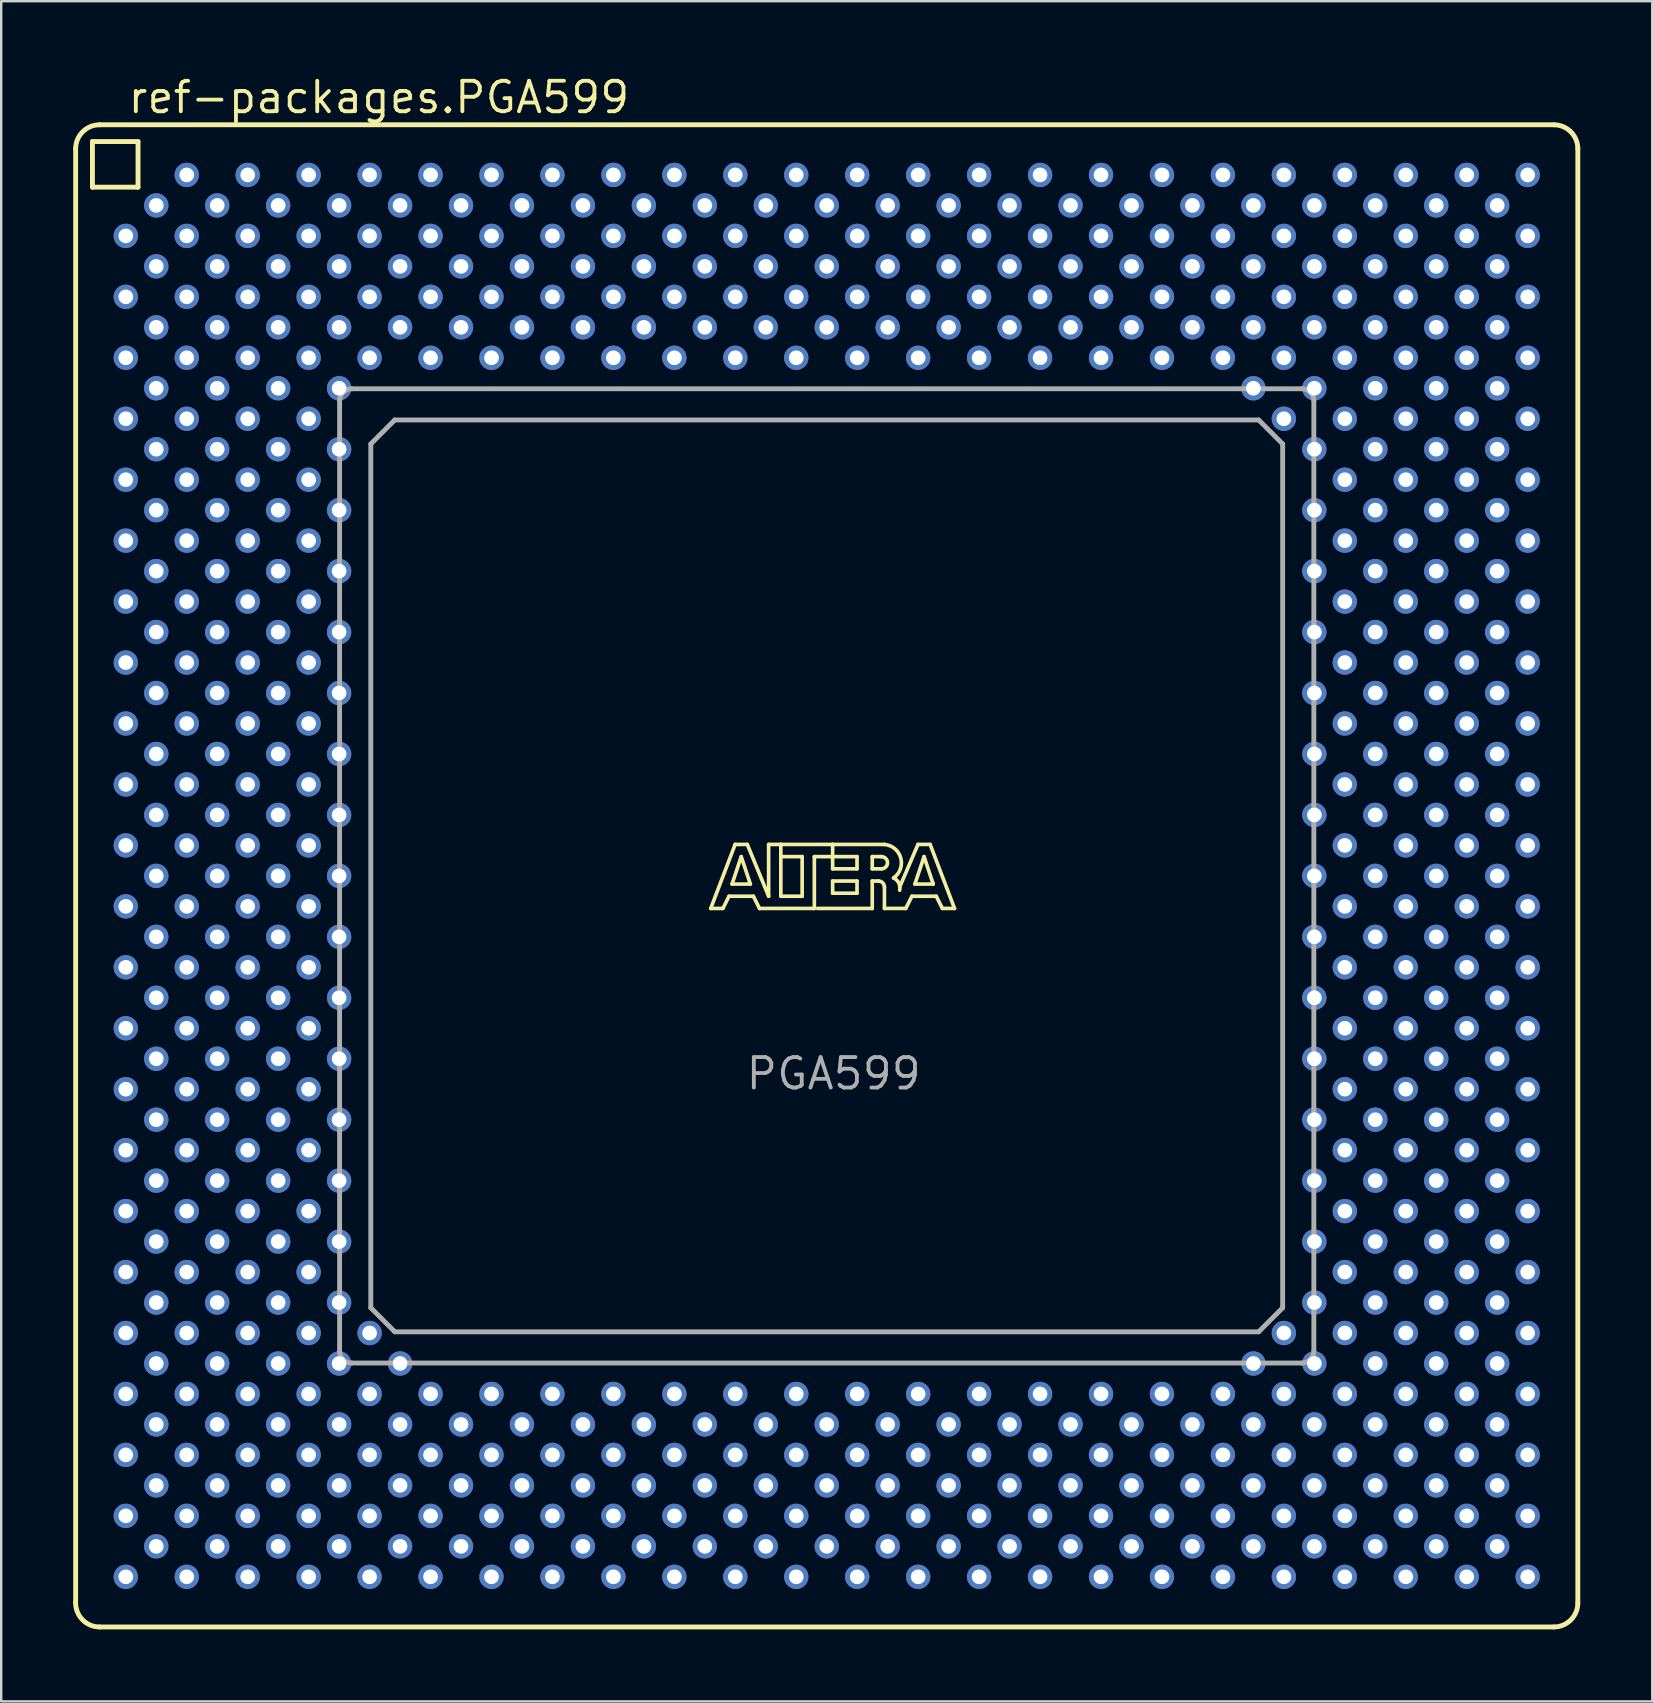
<source format=kicad_pcb>
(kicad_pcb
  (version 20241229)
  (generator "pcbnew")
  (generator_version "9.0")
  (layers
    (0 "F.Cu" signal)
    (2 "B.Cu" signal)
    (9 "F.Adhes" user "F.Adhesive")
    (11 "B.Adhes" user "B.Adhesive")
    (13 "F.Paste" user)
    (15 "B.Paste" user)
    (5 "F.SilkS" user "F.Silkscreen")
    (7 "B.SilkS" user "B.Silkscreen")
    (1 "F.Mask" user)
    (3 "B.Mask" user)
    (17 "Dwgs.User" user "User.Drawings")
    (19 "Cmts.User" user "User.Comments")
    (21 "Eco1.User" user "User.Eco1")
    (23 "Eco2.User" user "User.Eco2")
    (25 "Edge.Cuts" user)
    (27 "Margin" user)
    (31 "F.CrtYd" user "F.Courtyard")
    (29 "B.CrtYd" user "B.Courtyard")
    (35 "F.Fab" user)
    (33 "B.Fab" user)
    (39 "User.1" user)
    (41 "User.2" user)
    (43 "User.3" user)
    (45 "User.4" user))
  (footprint "ref-packages.PGA599"
    (layer "F.Cu")
    (at 31.402 33.45)
    (property "Reference" "ref-packages.PGA599" (at -29.199 -31.7 0) (layer "F.SilkS") (effects (font (size 1.27 1.27) (thickness 0.16)) (justify left bottom)))
    (attr through_hole)
    (fp_line (start -31.3 -30.3) (end -31.3 30.3) (stroke (width 0.203) (type default)) (layer "F.SilkS"))
    (fp_line (start -30.6 -30.6) (end -28.7 -30.6) (stroke (width 0.203) (type default)) (layer "F.SilkS"))
    (fp_line (start -30.6 -28.7) (end -30.6 -30.6) (stroke (width 0.203) (type default)) (layer "F.SilkS"))
    (fp_line (start -30.3 31.3) (end 30.3 31.3) (stroke (width 0.203) (type default)) (layer "F.SilkS"))
    (fp_line (start -28.7 -30.6) (end -28.7 -28.7) (stroke (width 0.203) (type default)) (layer "F.SilkS"))
    (fp_line (start -28.7 -28.7) (end -30.6 -28.7) (stroke (width 0.203) (type default)) (layer "F.SilkS"))
    (fp_line (start -4.834 1.357) (end -3.818 -1.31) (stroke (width 0.152) (type default)) (layer "F.SilkS"))
    (fp_line (start -4.326 1.357) (end -4.834 1.357) (stroke (width 0.152) (type default)) (layer "F.SilkS"))
    (fp_line (start -4.072 0.849) (end -4.326 1.357) (stroke (width 0.152) (type default)) (layer "F.SilkS"))
    (fp_line (start -3.945 0.341) (end -3.183 0.341) (stroke (width 0.152) (type default)) (layer "F.SilkS"))
    (fp_line (start -3.818 -1.31) (end -3.31 -1.31) (stroke (width 0.152) (type default)) (layer "F.SilkS"))
    (fp_line (start -3.564 -0.802) (end -3.945 0.341) (stroke (width 0.152) (type default)) (layer "F.SilkS"))
    (fp_line (start -3.31 -1.31) (end -2.421 0.849) (stroke (width 0.152) (type default)) (layer "F.SilkS"))
    (fp_line (start -3.183 0.341) (end -3.564 -0.802) (stroke (width 0.152) (type default)) (layer "F.SilkS"))
    (fp_line (start -3.056 0.849) (end -4.072 0.849) (stroke (width 0.152) (type default)) (layer "F.SilkS"))
    (fp_line (start -2.802 1.357) (end -3.056 0.849) (stroke (width 0.152) (type default)) (layer "F.SilkS"))
    (fp_line (start -2.421 -1.31) (end -1.913 -1.31) (stroke (width 0.152) (type default)) (layer "F.SilkS"))
    (fp_line (start -2.421 0.849) (end -2.421 -1.31) (stroke (width 0.152) (type default)) (layer "F.SilkS"))
    (fp_line (start -1.913 -1.31) (end -1.913 -0.802) (stroke (width 0.152) (type default)) (layer "F.SilkS"))
    (fp_line (start -1.913 -1.31) (end 0.246 -1.31) (stroke (width 0.152) (type default)) (layer "F.SilkS"))
    (fp_line (start -1.913 -0.802) (end -1.913 0.849) (stroke (width 0.152) (type default)) (layer "F.SilkS"))
    (fp_line (start -1.913 0.849) (end -1.024 0.849) (stroke (width 0.152) (type default)) (layer "F.SilkS"))
    (fp_line (start -1.024 -0.802) (end -1.913 -0.802) (stroke (width 0.152) (type default)) (layer "F.SilkS"))
    (fp_line (start -1.024 0.849) (end -1.024 -0.802) (stroke (width 0.152) (type default)) (layer "F.SilkS"))
    (fp_line (start -0.516 -0.802) (end -0.516 1.357) (stroke (width 0.152) (type default)) (layer "F.SilkS"))
    (fp_line (start -0.516 1.357) (end -2.802 1.357) (stroke (width 0.152) (type default)) (layer "F.SilkS"))
    (fp_line (start 0.246 -1.31) (end 0.246 -0.802) (stroke (width 0.152) (type default)) (layer "F.SilkS"))
    (fp_line (start 0.246 -1.31) (end 2.405 -1.31) (stroke (width 0.152) (type default)) (layer "F.SilkS"))
    (fp_line (start 0.246 -0.802) (end -0.516 -0.802) (stroke (width 0.152) (type default)) (layer "F.SilkS"))
    (fp_line (start 0.246 -0.802) (end 0.246 -0.294) (stroke (width 0.152) (type default)) (layer "F.SilkS"))
    (fp_line (start 0.246 -0.294) (end 1.262 -0.294) (stroke (width 0.152) (type default)) (layer "F.SilkS"))
    (fp_line (start 0.246 0.214) (end 1.262 0.214) (stroke (width 0.152) (type default)) (layer "F.SilkS"))
    (fp_line (start 0.246 0.722) (end 0.246 0.214) (stroke (width 0.152) (type default)) (layer "F.SilkS"))
    (fp_line (start 1.262 -0.802) (end 0.246 -0.802) (stroke (width 0.152) (type default)) (layer "F.SilkS"))
    (fp_line (start 1.262 -0.294) (end 1.262 -0.802) (stroke (width 0.152) (type default)) (layer "F.SilkS"))
    (fp_line (start 1.262 0.214) (end 1.262 0.722) (stroke (width 0.152) (type default)) (layer "F.SilkS"))
    (fp_line (start 1.262 0.722) (end 0.246 0.722) (stroke (width 0.152) (type default)) (layer "F.SilkS"))
    (fp_line (start 1.897 -0.802) (end 1.897 -0.294) (stroke (width 0.152) (type default)) (layer "F.SilkS"))
    (fp_line (start 1.897 -0.294) (end 2.278 -0.294) (stroke (width 0.152) (type default)) (layer "F.SilkS"))
    (fp_line (start 1.897 0.214) (end 1.897 1.357) (stroke (width 0.152) (type default)) (layer "F.SilkS"))
    (fp_line (start 1.897 0.214) (end 2.151 0.214) (stroke (width 0.152) (type default)) (layer "F.SilkS"))
    (fp_line (start 1.897 1.357) (end -0.389 1.357) (stroke (width 0.152) (type default)) (layer "F.SilkS"))
    (fp_line (start 2.278 -0.802) (end 1.897 -0.802) (stroke (width 0.152) (type default)) (layer "F.SilkS"))
    (fp_line (start 2.405 0.468) (end 2.405 1.357) (stroke (width 0.152) (type default)) (layer "F.SilkS"))
    (fp_line (start 2.405 1.357) (end 3.294 1.357) (stroke (width 0.152) (type default)) (layer "F.SilkS"))
    (fp_line (start 3.294 1.357) (end 3.548 0.849) (stroke (width 0.152) (type default)) (layer "F.SilkS"))
    (fp_line (start 3.548 0.849) (end 4.564 0.849) (stroke (width 0.152) (type default)) (layer "F.SilkS"))
    (fp_line (start 3.675 0.341) (end 4.056 -0.802) (stroke (width 0.152) (type default)) (layer "F.SilkS"))
    (fp_line (start 3.802 -1.31) (end 3.04 0.468) (stroke (width 0.152) (type default)) (layer "F.SilkS"))
    (fp_line (start 4.056 -0.802) (end 4.437 0.341) (stroke (width 0.152) (type default)) (layer "F.SilkS"))
    (fp_line (start 4.31 -1.31) (end 3.802 -1.31) (stroke (width 0.152) (type default)) (layer "F.SilkS"))
    (fp_line (start 4.437 0.341) (end 3.675 0.341) (stroke (width 0.152) (type default)) (layer "F.SilkS"))
    (fp_line (start 4.564 0.849) (end 4.818 1.357) (stroke (width 0.152) (type default)) (layer "F.SilkS"))
    (fp_line (start 4.818 1.357) (end 5.326 1.357) (stroke (width 0.152) (type default)) (layer "F.SilkS"))
    (fp_line (start 5.326 1.357) (end 4.31 -1.31) (stroke (width 0.152) (type default)) (layer "F.SilkS"))
    (fp_line (start 30.3 -31.3) (end -30.3 -31.3) (stroke (width 0.203) (type default)) (layer "F.SilkS"))
    (fp_line (start 31.3 30.3) (end 31.3 -30.3) (stroke (width 0.203) (type default)) (layer "F.SilkS"))
    (fp_arc (start -31.3 -30.3) (mid -31.007107 -31.007107) (end -30.3 -31.3) (stroke (width 0.2032) (type default)) (layer "F.SilkS"))
    (fp_arc (start -30.3 31.3) (mid -31.007107 31.007107) (end -31.3 30.3) (stroke (width 0.2032) (type default)) (layer "F.SilkS"))
    (fp_arc (start 2.151 0.214) (mid 2.330605 0.288395) (end 2.405 0.468) (stroke (width 0.1524) (type default)) (layer "F.SilkS"))
    (fp_arc (start 2.278 -0.802) (mid 2.532 -0.548) (end 2.278 -0.294) (stroke (width 0.1524) (type default)) (layer "F.SilkS"))
    (fp_arc (start 2.405 -1.31) (mid 3.084953 -0.74477) (end 2.7861 0.0874) (stroke (width 0.1524) (type default)) (layer "F.SilkS"))
    (fp_arc (start 2.7861 0.0871) (mid 3.002081 0.296587) (end 3.0398 0.5951) (stroke (width 0.1524) (type default)) (layer "F.SilkS"))
    (fp_arc (start 30.3 -31.3) (mid 31.007107 -31.007107) (end 31.3 -30.3) (stroke (width 0.2032) (type default)) (layer "F.SilkS"))
    (fp_arc (start 31.3 30.3) (mid 31.007107 31.007107) (end 30.3 31.3) (stroke (width 0.2032) (type default)) (layer "F.SilkS"))
    (fp_line (start -20.3 -19.8) (end -20.3 19.8) (stroke (width 0.203) (type default)) (layer "F.Fab"))
    (fp_line (start -19.8 20.3) (end 19.8 20.3) (stroke (width 0.203) (type default)) (layer "F.Fab"))
    (fp_line (start -19 -18) (end -19 18) (stroke (width 0.203) (type default)) (layer "F.Fab"))
    (fp_line (start -19 -18) (end -18 -19) (stroke (width 0.203) (type default)) (layer "F.Fab"))
    (fp_line (start -18 19) (end -19 18) (stroke (width 0.203) (type default)) (layer "F.Fab"))
    (fp_line (start -18 19) (end 18 19) (stroke (width 0.203) (type default)) (layer "F.Fab"))
    (fp_line (start 18 -19) (end -18 -19) (stroke (width 0.203) (type default)) (layer "F.Fab"))
    (fp_line (start 18 -19) (end 19 -18) (stroke (width 0.203) (type default)) (layer "F.Fab"))
    (fp_line (start 19 18) (end 18 19) (stroke (width 0.203) (type default)) (layer "F.Fab"))
    (fp_line (start 19 18) (end 19 -18) (stroke (width 0.203) (type default)) (layer "F.Fab"))
    (fp_line (start 19.8 -20.3) (end -19.8 -20.3) (stroke (width 0.203) (type default)) (layer "F.Fab"))
    (fp_line (start 20.3 19.8) (end 20.3 -19.8) (stroke (width 0.203) (type default)) (layer "F.Fab"))
    (fp_arc (start -20.3 -19.8) (mid -20.153624 -20.153483) (end -19.8002 -20.3) (stroke (width 0.2032) (type default)) (layer "F.Fab"))
    (fp_arc (start -19.8002 20.3) (mid -20.153624 20.153483) (end -20.3 19.8) (stroke (width 0.2032) (type default)) (layer "F.Fab"))
    (fp_arc (start 19.8 -20.3) (mid 20.153483 -20.153624) (end 20.3 -19.8002) (stroke (width 0.2032) (type default)) (layer "F.Fab"))
    (fp_arc (start 20.3 19.8002) (mid 20.153483 20.153624) (end 19.8 20.3) (stroke (width 0.2032) (type default)) (layer "F.Fab"))
    (fp_text user "PGA599" (at -3.445 8.985 0) (layer "F.Fab") (effects (font (size 1.27 1.27) (thickness 0.16)) (justify left bottom)))
    (pad "A3" thru_hole circle (at -26.67 -29.21) (size 1.016 1.016) (drill 0.61) (layers "*.Cu" "*.Mask"))
    (pad "A5" thru_hole circle (at -24.13 -29.21) (size 1.016 1.016) (drill 0.61) (layers "*.Cu" "*.Mask"))
    (pad "A7" thru_hole circle (at -21.59 -29.21) (size 1.016 1.016) (drill 0.61) (layers "*.Cu" "*.Mask"))
    (pad "A9" thru_hole circle (at -19.05 -29.21) (size 1.016 1.016) (drill 0.61) (layers "*.Cu" "*.Mask"))
    (pad "A11" thru_hole circle (at -16.51 -29.21) (size 1.016 1.016) (drill 0.61) (layers "*.Cu" "*.Mask"))
    (pad "A13" thru_hole circle (at -13.97 -29.21) (size 1.016 1.016) (drill 0.61) (layers "*.Cu" "*.Mask"))
    (pad "A15" thru_hole circle (at -11.43 -29.21) (size 1.016 1.016) (drill 0.61) (layers "*.Cu" "*.Mask"))
    (pad "A17" thru_hole circle (at -8.89 -29.21) (size 1.016 1.016) (drill 0.61) (layers "*.Cu" "*.Mask"))
    (pad "A19" thru_hole circle (at -6.35 -29.21) (size 1.016 1.016) (drill 0.61) (layers "*.Cu" "*.Mask"))
    (pad "A21" thru_hole circle (at -3.81 -29.21) (size 1.016 1.016) (drill 0.61) (layers "*.Cu" "*.Mask"))
    (pad "A23" thru_hole circle (at -1.27 -29.21) (size 1.016 1.016) (drill 0.61) (layers "*.Cu" "*.Mask"))
    (pad "A25" thru_hole circle (at 1.27 -29.21) (size 1.016 1.016) (drill 0.61) (layers "*.Cu" "*.Mask"))
    (pad "A27" thru_hole circle (at 3.81 -29.21) (size 1.016 1.016) (drill 0.61) (layers "*.Cu" "*.Mask"))
    (pad "A29" thru_hole circle (at 6.35 -29.21) (size 1.016 1.016) (drill 0.61) (layers "*.Cu" "*.Mask"))
    (pad "A31" thru_hole circle (at 8.89 -29.21) (size 1.016 1.016) (drill 0.61) (layers "*.Cu" "*.Mask"))
    (pad "A33" thru_hole circle (at 11.43 -29.21) (size 1.016 1.016) (drill 0.61) (layers "*.Cu" "*.Mask"))
    (pad "A35" thru_hole circle (at 13.97 -29.21) (size 1.016 1.016) (drill 0.61) (layers "*.Cu" "*.Mask"))
    (pad "A37" thru_hole circle (at 16.51 -29.21) (size 1.016 1.016) (drill 0.61) (layers "*.Cu" "*.Mask"))
    (pad "A39" thru_hole circle (at 19.05 -29.21) (size 1.016 1.016) (drill 0.61) (layers "*.Cu" "*.Mask"))
    (pad "A41" thru_hole circle (at 21.59 -29.21) (size 1.016 1.016) (drill 0.61) (layers "*.Cu" "*.Mask"))
    (pad "A43" thru_hole circle (at 24.13 -29.21) (size 1.016 1.016) (drill 0.61) (layers "*.Cu" "*.Mask"))
    (pad "A45" thru_hole circle (at 26.67 -29.21) (size 1.016 1.016) (drill 0.61) (layers "*.Cu" "*.Mask"))
    (pad "A47" thru_hole circle (at 29.21 -29.21) (size 1.016 1.016) (drill 0.61) (layers "*.Cu" "*.Mask"))
    (pad "AA1" thru_hole circle (at -29.21 -3.81) (size 1.016 1.016) (drill 0.61) (layers "*.Cu" "*.Mask"))
    (pad "AA3" thru_hole circle (at -26.67 -3.81) (size 1.016 1.016) (drill 0.61) (layers "*.Cu" "*.Mask"))
    (pad "AA5" thru_hole circle (at -24.13 -3.81) (size 1.016 1.016) (drill 0.61) (layers "*.Cu" "*.Mask"))
    (pad "AA7" thru_hole circle (at -21.59 -3.81) (size 1.016 1.016) (drill 0.61) (layers "*.Cu" "*.Mask"))
    (pad "AA41" thru_hole circle (at 21.59 -3.81) (size 1.016 1.016) (drill 0.61) (layers "*.Cu" "*.Mask"))
    (pad "AA43" thru_hole circle (at 24.13 -3.81) (size 1.016 1.016) (drill 0.61) (layers "*.Cu" "*.Mask"))
    (pad "AA45" thru_hole circle (at 26.67 -3.81) (size 1.016 1.016) (drill 0.61) (layers "*.Cu" "*.Mask"))
    (pad "AA47" thru_hole circle (at 29.21 -3.81) (size 1.016 1.016) (drill 0.61) (layers "*.Cu" "*.Mask"))
    (pad "AB2" thru_hole circle (at -27.94 -2.54) (size 1.016 1.016) (drill 0.61) (layers "*.Cu" "*.Mask"))
    (pad "AB4" thru_hole circle (at -25.4 -2.54) (size 1.016 1.016) (drill 0.61) (layers "*.Cu" "*.Mask"))
    (pad "AB6" thru_hole circle (at -22.86 -2.54) (size 1.016 1.016) (drill 0.61) (layers "*.Cu" "*.Mask"))
    (pad "AB8" thru_hole circle (at -20.32 -2.54) (size 1.016 1.016) (drill 0.61) (layers "*.Cu" "*.Mask"))
    (pad "AB40" thru_hole circle (at 20.32 -2.54) (size 1.016 1.016) (drill 0.61) (layers "*.Cu" "*.Mask"))
    (pad "AB42" thru_hole circle (at 22.86 -2.54) (size 1.016 1.016) (drill 0.61) (layers "*.Cu" "*.Mask"))
    (pad "AB44" thru_hole circle (at 25.4 -2.54) (size 1.016 1.016) (drill 0.61) (layers "*.Cu" "*.Mask"))
    (pad "AB46" thru_hole circle (at 27.94 -2.54) (size 1.016 1.016) (drill 0.61) (layers "*.Cu" "*.Mask"))
    (pad "AC1" thru_hole circle (at -29.21 -1.27) (size 1.016 1.016) (drill 0.61) (layers "*.Cu" "*.Mask"))
    (pad "AC3" thru_hole circle (at -26.67 -1.27) (size 1.016 1.016) (drill 0.61) (layers "*.Cu" "*.Mask"))
    (pad "AC5" thru_hole circle (at -24.13 -1.27) (size 1.016 1.016) (drill 0.61) (layers "*.Cu" "*.Mask"))
    (pad "AC7" thru_hole circle (at -21.59 -1.27) (size 1.016 1.016) (drill 0.61) (layers "*.Cu" "*.Mask"))
    (pad "AC41" thru_hole circle (at 21.59 -1.27) (size 1.016 1.016) (drill 0.61) (layers "*.Cu" "*.Mask"))
    (pad "AC43" thru_hole circle (at 24.13 -1.27) (size 1.016 1.016) (drill 0.61) (layers "*.Cu" "*.Mask"))
    (pad "AC45" thru_hole circle (at 26.67 -1.27) (size 1.016 1.016) (drill 0.61) (layers "*.Cu" "*.Mask"))
    (pad "AC47" thru_hole circle (at 29.21 -1.27) (size 1.016 1.016) (drill 0.61) (layers "*.Cu" "*.Mask"))
    (pad "AD2" thru_hole circle (at -27.94 0) (size 1.016 1.016) (drill 0.61) (layers "*.Cu" "*.Mask"))
    (pad "AD4" thru_hole circle (at -25.4 0) (size 1.016 1.016) (drill 0.61) (layers "*.Cu" "*.Mask"))
    (pad "AD6" thru_hole circle (at -22.86 0) (size 1.016 1.016) (drill 0.61) (layers "*.Cu" "*.Mask"))
    (pad "AD8" thru_hole circle (at -20.32 0) (size 1.016 1.016) (drill 0.61) (layers "*.Cu" "*.Mask"))
    (pad "AD40" thru_hole circle (at 20.32 0) (size 1.016 1.016) (drill 0.61) (layers "*.Cu" "*.Mask"))
    (pad "AD42" thru_hole circle (at 22.86 0) (size 1.016 1.016) (drill 0.61) (layers "*.Cu" "*.Mask"))
    (pad "AD44" thru_hole circle (at 25.4 0) (size 1.016 1.016) (drill 0.61) (layers "*.Cu" "*.Mask"))
    (pad "AD46" thru_hole circle (at 27.94 0) (size 1.016 1.016) (drill 0.61) (layers "*.Cu" "*.Mask"))
    (pad "AE1" thru_hole circle (at -29.21 1.27) (size 1.016 1.016) (drill 0.61) (layers "*.Cu" "*.Mask"))
    (pad "AE3" thru_hole circle (at -26.67 1.27) (size 1.016 1.016) (drill 0.61) (layers "*.Cu" "*.Mask"))
    (pad "AE5" thru_hole circle (at -24.13 1.27) (size 1.016 1.016) (drill 0.61) (layers "*.Cu" "*.Mask"))
    (pad "AE7" thru_hole circle (at -21.59 1.27) (size 1.016 1.016) (drill 0.61) (layers "*.Cu" "*.Mask"))
    (pad "AE41" thru_hole circle (at 21.59 1.27) (size 1.016 1.016) (drill 0.61) (layers "*.Cu" "*.Mask"))
    (pad "AE43" thru_hole circle (at 24.13 1.27) (size 1.016 1.016) (drill 0.61) (layers "*.Cu" "*.Mask"))
    (pad "AE45" thru_hole circle (at 26.67 1.27) (size 1.016 1.016) (drill 0.61) (layers "*.Cu" "*.Mask"))
    (pad "AE47" thru_hole circle (at 29.21 1.27) (size 1.016 1.016) (drill 0.61) (layers "*.Cu" "*.Mask"))
    (pad "AF2" thru_hole circle (at -27.94 2.54) (size 1.016 1.016) (drill 0.61) (layers "*.Cu" "*.Mask"))
    (pad "AF4" thru_hole circle (at -25.4 2.54) (size 1.016 1.016) (drill 0.61) (layers "*.Cu" "*.Mask"))
    (pad "AF6" thru_hole circle (at -22.86 2.54) (size 1.016 1.016) (drill 0.61) (layers "*.Cu" "*.Mask"))
    (pad "AF8" thru_hole circle (at -20.32 2.54) (size 1.016 1.016) (drill 0.61) (layers "*.Cu" "*.Mask"))
    (pad "AF40" thru_hole circle (at 20.32 2.54) (size 1.016 1.016) (drill 0.61) (layers "*.Cu" "*.Mask"))
    (pad "AF42" thru_hole circle (at 22.86 2.54) (size 1.016 1.016) (drill 0.61) (layers "*.Cu" "*.Mask"))
    (pad "AF44" thru_hole circle (at 25.4 2.54) (size 1.016 1.016) (drill 0.61) (layers "*.Cu" "*.Mask"))
    (pad "AF46" thru_hole circle (at 27.94 2.54) (size 1.016 1.016) (drill 0.61) (layers "*.Cu" "*.Mask"))
    (pad "AG1" thru_hole circle (at -29.21 3.81) (size 1.016 1.016) (drill 0.61) (layers "*.Cu" "*.Mask"))
    (pad "AG3" thru_hole circle (at -26.67 3.81) (size 1.016 1.016) (drill 0.61) (layers "*.Cu" "*.Mask"))
    (pad "AG5" thru_hole circle (at -24.13 3.81) (size 1.016 1.016) (drill 0.61) (layers "*.Cu" "*.Mask"))
    (pad "AG7" thru_hole circle (at -21.59 3.81) (size 1.016 1.016) (drill 0.61) (layers "*.Cu" "*.Mask"))
    (pad "AG41" thru_hole circle (at 21.59 3.81) (size 1.016 1.016) (drill 0.61) (layers "*.Cu" "*.Mask"))
    (pad "AG43" thru_hole circle (at 24.13 3.81) (size 1.016 1.016) (drill 0.61) (layers "*.Cu" "*.Mask"))
    (pad "AG45" thru_hole circle (at 26.67 3.81) (size 1.016 1.016) (drill 0.61) (layers "*.Cu" "*.Mask"))
    (pad "AG47" thru_hole circle (at 29.21 3.81) (size 1.016 1.016) (drill 0.61) (layers "*.Cu" "*.Mask"))
    (pad "AH2" thru_hole circle (at -27.94 5.08) (size 1.016 1.016) (drill 0.61) (layers "*.Cu" "*.Mask"))
    (pad "AH4" thru_hole circle (at -25.4 5.08) (size 1.016 1.016) (drill 0.61) (layers "*.Cu" "*.Mask"))
    (pad "AH6" thru_hole circle (at -22.86 5.08) (size 1.016 1.016) (drill 0.61) (layers "*.Cu" "*.Mask"))
    (pad "AH8" thru_hole circle (at -20.32 5.08) (size 1.016 1.016) (drill 0.61) (layers "*.Cu" "*.Mask"))
    (pad "AH40" thru_hole circle (at 20.32 5.08) (size 1.016 1.016) (drill 0.61) (layers "*.Cu" "*.Mask"))
    (pad "AH42" thru_hole circle (at 22.86 5.08) (size 1.016 1.016) (drill 0.61) (layers "*.Cu" "*.Mask"))
    (pad "AH44" thru_hole circle (at 25.4 5.08) (size 1.016 1.016) (drill 0.61) (layers "*.Cu" "*.Mask"))
    (pad "AH46" thru_hole circle (at 27.94 5.08) (size 1.016 1.016) (drill 0.61) (layers "*.Cu" "*.Mask"))
    (pad "AJ1" thru_hole circle (at -29.21 6.35) (size 1.016 1.016) (drill 0.61) (layers "*.Cu" "*.Mask"))
    (pad "AJ3" thru_hole circle (at -26.67 6.35) (size 1.016 1.016) (drill 0.61) (layers "*.Cu" "*.Mask"))
    (pad "AJ5" thru_hole circle (at -24.13 6.35) (size 1.016 1.016) (drill 0.61) (layers "*.Cu" "*.Mask"))
    (pad "AJ7" thru_hole circle (at -21.59 6.35) (size 1.016 1.016) (drill 0.61) (layers "*.Cu" "*.Mask"))
    (pad "AJ41" thru_hole circle (at 21.59 6.35) (size 1.016 1.016) (drill 0.61) (layers "*.Cu" "*.Mask"))
    (pad "AJ43" thru_hole circle (at 24.13 6.35) (size 1.016 1.016) (drill 0.61) (layers "*.Cu" "*.Mask"))
    (pad "AJ45" thru_hole circle (at 26.67 6.35) (size 1.016 1.016) (drill 0.61) (layers "*.Cu" "*.Mask"))
    (pad "AJ47" thru_hole circle (at 29.21 6.35) (size 1.016 1.016) (drill 0.61) (layers "*.Cu" "*.Mask"))
    (pad "AK2" thru_hole circle (at -27.94 7.62) (size 1.016 1.016) (drill 0.61) (layers "*.Cu" "*.Mask"))
    (pad "AK4" thru_hole circle (at -25.4 7.62) (size 1.016 1.016) (drill 0.61) (layers "*.Cu" "*.Mask"))
    (pad "AK6" thru_hole circle (at -22.86 7.62) (size 1.016 1.016) (drill 0.61) (layers "*.Cu" "*.Mask"))
    (pad "AK8" thru_hole circle (at -20.32 7.62) (size 1.016 1.016) (drill 0.61) (layers "*.Cu" "*.Mask"))
    (pad "AK40" thru_hole circle (at 20.32 7.62) (size 1.016 1.016) (drill 0.61) (layers "*.Cu" "*.Mask"))
    (pad "AK42" thru_hole circle (at 22.86 7.62) (size 1.016 1.016) (drill 0.61) (layers "*.Cu" "*.Mask"))
    (pad "AK44" thru_hole circle (at 25.4 7.62) (size 1.016 1.016) (drill 0.61) (layers "*.Cu" "*.Mask"))
    (pad "AK46" thru_hole circle (at 27.94 7.62) (size 1.016 1.016) (drill 0.61) (layers "*.Cu" "*.Mask"))
    (pad "AL1" thru_hole circle (at -29.21 8.89) (size 1.016 1.016) (drill 0.61) (layers "*.Cu" "*.Mask"))
    (pad "AL3" thru_hole circle (at -26.67 8.89) (size 1.016 1.016) (drill 0.61) (layers "*.Cu" "*.Mask"))
    (pad "AL5" thru_hole circle (at -24.13 8.89) (size 1.016 1.016) (drill 0.61) (layers "*.Cu" "*.Mask"))
    (pad "AL7" thru_hole circle (at -21.59 8.89) (size 1.016 1.016) (drill 0.61) (layers "*.Cu" "*.Mask"))
    (pad "AL41" thru_hole circle (at 21.59 8.89) (size 1.016 1.016) (drill 0.61) (layers "*.Cu" "*.Mask"))
    (pad "AL43" thru_hole circle (at 24.13 8.89) (size 1.016 1.016) (drill 0.61) (layers "*.Cu" "*.Mask"))
    (pad "AL45" thru_hole circle (at 26.67 8.89) (size 1.016 1.016) (drill 0.61) (layers "*.Cu" "*.Mask"))
    (pad "AL47" thru_hole circle (at 29.21 8.89) (size 1.016 1.016) (drill 0.61) (layers "*.Cu" "*.Mask"))
    (pad "AM2" thru_hole circle (at -27.94 10.16) (size 1.016 1.016) (drill 0.61) (layers "*.Cu" "*.Mask"))
    (pad "AM4" thru_hole circle (at -25.4 10.16) (size 1.016 1.016) (drill 0.61) (layers "*.Cu" "*.Mask"))
    (pad "AM6" thru_hole circle (at -22.86 10.16) (size 1.016 1.016) (drill 0.61) (layers "*.Cu" "*.Mask"))
    (pad "AM8" thru_hole circle (at -20.32 10.16) (size 1.016 1.016) (drill 0.61) (layers "*.Cu" "*.Mask"))
    (pad "AM40" thru_hole circle (at 20.32 10.16) (size 1.016 1.016) (drill 0.61) (layers "*.Cu" "*.Mask"))
    (pad "AM42" thru_hole circle (at 22.86 10.16) (size 1.016 1.016) (drill 0.61) (layers "*.Cu" "*.Mask"))
    (pad "AM44" thru_hole circle (at 25.4 10.16) (size 1.016 1.016) (drill 0.61) (layers "*.Cu" "*.Mask"))
    (pad "AM46" thru_hole circle (at 27.94 10.16) (size 1.016 1.016) (drill 0.61) (layers "*.Cu" "*.Mask"))
    (pad "AN1" thru_hole circle (at -29.21 11.43) (size 1.016 1.016) (drill 0.61) (layers "*.Cu" "*.Mask"))
    (pad "AN3" thru_hole circle (at -26.67 11.43) (size 1.016 1.016) (drill 0.61) (layers "*.Cu" "*.Mask"))
    (pad "AN5" thru_hole circle (at -24.13 11.43) (size 1.016 1.016) (drill 0.61) (layers "*.Cu" "*.Mask"))
    (pad "AN7" thru_hole circle (at -21.59 11.43) (size 1.016 1.016) (drill 0.61) (layers "*.Cu" "*.Mask"))
    (pad "AN41" thru_hole circle (at 21.59 11.43) (size 1.016 1.016) (drill 0.61) (layers "*.Cu" "*.Mask"))
    (pad "AN43" thru_hole circle (at 24.13 11.43) (size 1.016 1.016) (drill 0.61) (layers "*.Cu" "*.Mask"))
    (pad "AN45" thru_hole circle (at 26.67 11.43) (size 1.016 1.016) (drill 0.61) (layers "*.Cu" "*.Mask"))
    (pad "AN47" thru_hole circle (at 29.21 11.43) (size 1.016 1.016) (drill 0.61) (layers "*.Cu" "*.Mask"))
    (pad "AP2" thru_hole circle (at -27.94 12.7) (size 1.016 1.016) (drill 0.61) (layers "*.Cu" "*.Mask"))
    (pad "AP4" thru_hole circle (at -25.4 12.7) (size 1.016 1.016) (drill 0.61) (layers "*.Cu" "*.Mask"))
    (pad "AP6" thru_hole circle (at -22.86 12.7) (size 1.016 1.016) (drill 0.61) (layers "*.Cu" "*.Mask"))
    (pad "AP8" thru_hole circle (at -20.32 12.7) (size 1.016 1.016) (drill 0.61) (layers "*.Cu" "*.Mask"))
    (pad "AP40" thru_hole circle (at 20.32 12.7) (size 1.016 1.016) (drill 0.61) (layers "*.Cu" "*.Mask"))
    (pad "AP42" thru_hole circle (at 22.86 12.7) (size 1.016 1.016) (drill 0.61) (layers "*.Cu" "*.Mask"))
    (pad "AP44" thru_hole circle (at 25.4 12.7) (size 1.016 1.016) (drill 0.61) (layers "*.Cu" "*.Mask"))
    (pad "AP46" thru_hole circle (at 27.94 12.7) (size 1.016 1.016) (drill 0.61) (layers "*.Cu" "*.Mask"))
    (pad "AR1" thru_hole circle (at -29.21 13.97) (size 1.016 1.016) (drill 0.61) (layers "*.Cu" "*.Mask"))
    (pad "AR3" thru_hole circle (at -26.67 13.97) (size 1.016 1.016) (drill 0.61) (layers "*.Cu" "*.Mask"))
    (pad "AR5" thru_hole circle (at -24.13 13.97) (size 1.016 1.016) (drill 0.61) (layers "*.Cu" "*.Mask"))
    (pad "AR7" thru_hole circle (at -21.59 13.97) (size 1.016 1.016) (drill 0.61) (layers "*.Cu" "*.Mask"))
    (pad "AR41" thru_hole circle (at 21.59 13.97) (size 1.016 1.016) (drill 0.61) (layers "*.Cu" "*.Mask"))
    (pad "AR43" thru_hole circle (at 24.13 13.97) (size 1.016 1.016) (drill 0.61) (layers "*.Cu" "*.Mask"))
    (pad "AR45" thru_hole circle (at 26.67 13.97) (size 1.016 1.016) (drill 0.61) (layers "*.Cu" "*.Mask"))
    (pad "AR47" thru_hole circle (at 29.21 13.97) (size 1.016 1.016) (drill 0.61) (layers "*.Cu" "*.Mask"))
    (pad "AT2" thru_hole circle (at -27.94 15.24) (size 1.016 1.016) (drill 0.61) (layers "*.Cu" "*.Mask"))
    (pad "AT4" thru_hole circle (at -25.4 15.24) (size 1.016 1.016) (drill 0.61) (layers "*.Cu" "*.Mask"))
    (pad "AT6" thru_hole circle (at -22.86 15.24) (size 1.016 1.016) (drill 0.61) (layers "*.Cu" "*.Mask"))
    (pad "AT8" thru_hole circle (at -20.32 15.24) (size 1.016 1.016) (drill 0.61) (layers "*.Cu" "*.Mask"))
    (pad "AT40" thru_hole circle (at 20.32 15.24) (size 1.016 1.016) (drill 0.61) (layers "*.Cu" "*.Mask"))
    (pad "AT42" thru_hole circle (at 22.86 15.24) (size 1.016 1.016) (drill 0.61) (layers "*.Cu" "*.Mask"))
    (pad "AT44" thru_hole circle (at 25.4 15.24) (size 1.016 1.016) (drill 0.61) (layers "*.Cu" "*.Mask"))
    (pad "AT46" thru_hole circle (at 27.94 15.24) (size 1.016 1.016) (drill 0.61) (layers "*.Cu" "*.Mask"))
    (pad "AU1" thru_hole circle (at -29.21 16.51) (size 1.016 1.016) (drill 0.61) (layers "*.Cu" "*.Mask"))
    (pad "AU3" thru_hole circle (at -26.67 16.51) (size 1.016 1.016) (drill 0.61) (layers "*.Cu" "*.Mask"))
    (pad "AU5" thru_hole circle (at -24.13 16.51) (size 1.016 1.016) (drill 0.61) (layers "*.Cu" "*.Mask"))
    (pad "AU7" thru_hole circle (at -21.59 16.51) (size 1.016 1.016) (drill 0.61) (layers "*.Cu" "*.Mask"))
    (pad "AU41" thru_hole circle (at 21.59 16.51) (size 1.016 1.016) (drill 0.61) (layers "*.Cu" "*.Mask"))
    (pad "AU43" thru_hole circle (at 24.13 16.51) (size 1.016 1.016) (drill 0.61) (layers "*.Cu" "*.Mask"))
    (pad "AU45" thru_hole circle (at 26.67 16.51) (size 1.016 1.016) (drill 0.61) (layers "*.Cu" "*.Mask"))
    (pad "AU47" thru_hole circle (at 29.21 16.51) (size 1.016 1.016) (drill 0.61) (layers "*.Cu" "*.Mask"))
    (pad "AV2" thru_hole circle (at -27.94 17.78) (size 1.016 1.016) (drill 0.61) (layers "*.Cu" "*.Mask"))
    (pad "AV4" thru_hole circle (at -25.4 17.78) (size 1.016 1.016) (drill 0.61) (layers "*.Cu" "*.Mask"))
    (pad "AV6" thru_hole circle (at -22.86 17.78) (size 1.016 1.016) (drill 0.61) (layers "*.Cu" "*.Mask"))
    (pad "AV8" thru_hole circle (at -20.32 17.78) (size 1.016 1.016) (drill 0.61) (layers "*.Cu" "*.Mask"))
    (pad "AV40" thru_hole circle (at 20.32 17.78) (size 1.016 1.016) (drill 0.61) (layers "*.Cu" "*.Mask"))
    (pad "AV42" thru_hole circle (at 22.86 17.78) (size 1.016 1.016) (drill 0.61) (layers "*.Cu" "*.Mask"))
    (pad "AV44" thru_hole circle (at 25.4 17.78) (size 1.016 1.016) (drill 0.61) (layers "*.Cu" "*.Mask"))
    (pad "AV46" thru_hole circle (at 27.94 17.78) (size 1.016 1.016) (drill 0.61) (layers "*.Cu" "*.Mask"))
    (pad "AW1" thru_hole circle (at -29.21 19.05) (size 1.016 1.016) (drill 0.61) (layers "*.Cu" "*.Mask"))
    (pad "AW3" thru_hole circle (at -26.67 19.05) (size 1.016 1.016) (drill 0.61) (layers "*.Cu" "*.Mask"))
    (pad "AW5" thru_hole circle (at -24.13 19.05) (size 1.016 1.016) (drill 0.61) (layers "*.Cu" "*.Mask"))
    (pad "AW7" thru_hole circle (at -21.59 19.05) (size 1.016 1.016) (drill 0.61) (layers "*.Cu" "*.Mask"))
    (pad "AW9" thru_hole circle (at -19.05 19.05) (size 1.016 1.016) (drill 0.61) (layers "*.Cu" "*.Mask"))
    (pad "AW39" thru_hole circle (at 19.05 19.05) (size 1.016 1.016) (drill 0.61) (layers "*.Cu" "*.Mask"))
    (pad "AW41" thru_hole circle (at 21.59 19.05) (size 1.016 1.016) (drill 0.61) (layers "*.Cu" "*.Mask"))
    (pad "AW43" thru_hole circle (at 24.13 19.05) (size 1.016 1.016) (drill 0.61) (layers "*.Cu" "*.Mask"))
    (pad "AW45" thru_hole circle (at 26.67 19.05) (size 1.016 1.016) (drill 0.61) (layers "*.Cu" "*.Mask"))
    (pad "AW47" thru_hole circle (at 29.21 19.05) (size 1.016 1.016) (drill 0.61) (layers "*.Cu" "*.Mask"))
    (pad "AY2" thru_hole circle (at -27.94 20.32) (size 1.016 1.016) (drill 0.61) (layers "*.Cu" "*.Mask"))
    (pad "AY4" thru_hole circle (at -25.4 20.32) (size 1.016 1.016) (drill 0.61) (layers "*.Cu" "*.Mask"))
    (pad "AY6" thru_hole circle (at -22.86 20.32) (size 1.016 1.016) (drill 0.61) (layers "*.Cu" "*.Mask"))
    (pad "AY8" thru_hole circle (at -20.32 20.32) (size 1.016 1.016) (drill 0.61) (layers "*.Cu" "*.Mask"))
    (pad "AY10" thru_hole circle (at -17.78 20.32) (size 1.016 1.016) (drill 0.61) (layers "*.Cu" "*.Mask"))
    (pad "AY38" thru_hole circle (at 17.78 20.32) (size 1.016 1.016) (drill 0.61) (layers "*.Cu" "*.Mask"))
    (pad "AY40" thru_hole circle (at 20.32 20.32) (size 1.016 1.016) (drill 0.61) (layers "*.Cu" "*.Mask"))
    (pad "AY42" thru_hole circle (at 22.86 20.32) (size 1.016 1.016) (drill 0.61) (layers "*.Cu" "*.Mask"))
    (pad "AY44" thru_hole circle (at 25.4 20.32) (size 1.016 1.016) (drill 0.61) (layers "*.Cu" "*.Mask"))
    (pad "AY46" thru_hole circle (at 27.94 20.32) (size 1.016 1.016) (drill 0.61) (layers "*.Cu" "*.Mask"))
    (pad "B2" thru_hole circle (at -27.94 -27.94) (size 1.016 1.016) (drill 0.61) (layers "*.Cu" "*.Mask"))
    (pad "B4" thru_hole circle (at -25.4 -27.94) (size 1.016 1.016) (drill 0.61) (layers "*.Cu" "*.Mask"))
    (pad "B6" thru_hole circle (at -22.86 -27.94) (size 1.016 1.016) (drill 0.61) (layers "*.Cu" "*.Mask"))
    (pad "B8" thru_hole circle (at -20.32 -27.94) (size 1.016 1.016) (drill 0.61) (layers "*.Cu" "*.Mask"))
    (pad "B10" thru_hole circle (at -17.78 -27.94) (size 1.016 1.016) (drill 0.61) (layers "*.Cu" "*.Mask"))
    (pad "B12" thru_hole circle (at -15.24 -27.94) (size 1.016 1.016) (drill 0.61) (layers "*.Cu" "*.Mask"))
    (pad "B14" thru_hole circle (at -12.7 -27.94) (size 1.016 1.016) (drill 0.61) (layers "*.Cu" "*.Mask"))
    (pad "B16" thru_hole circle (at -10.16 -27.94) (size 1.016 1.016) (drill 0.61) (layers "*.Cu" "*.Mask"))
    (pad "B18" thru_hole circle (at -7.62 -27.94) (size 1.016 1.016) (drill 0.61) (layers "*.Cu" "*.Mask"))
    (pad "B20" thru_hole circle (at -5.08 -27.94) (size 1.016 1.016) (drill 0.61) (layers "*.Cu" "*.Mask"))
    (pad "B22" thru_hole circle (at -2.54 -27.94) (size 1.016 1.016) (drill 0.61) (layers "*.Cu" "*.Mask"))
    (pad "B24" thru_hole circle (at 0 -27.94) (size 1.016 1.016) (drill 0.61) (layers "*.Cu" "*.Mask"))
    (pad "B26" thru_hole circle (at 2.54 -27.94) (size 1.016 1.016) (drill 0.61) (layers "*.Cu" "*.Mask"))
    (pad "B28" thru_hole circle (at 5.08 -27.94) (size 1.016 1.016) (drill 0.61) (layers "*.Cu" "*.Mask"))
    (pad "B30" thru_hole circle (at 7.62 -27.94) (size 1.016 1.016) (drill 0.61) (layers "*.Cu" "*.Mask"))
    (pad "B32" thru_hole circle (at 10.16 -27.94) (size 1.016 1.016) (drill 0.61) (layers "*.Cu" "*.Mask"))
    (pad "B34" thru_hole circle (at 12.7 -27.94) (size 1.016 1.016) (drill 0.61) (layers "*.Cu" "*.Mask"))
    (pad "B36" thru_hole circle (at 15.24 -27.94) (size 1.016 1.016) (drill 0.61) (layers "*.Cu" "*.Mask"))
    (pad "B38" thru_hole circle (at 17.78 -27.94) (size 1.016 1.016) (drill 0.61) (layers "*.Cu" "*.Mask"))
    (pad "B40" thru_hole circle (at 20.32 -27.94) (size 1.016 1.016) (drill 0.61) (layers "*.Cu" "*.Mask"))
    (pad "B42" thru_hole circle (at 22.86 -27.94) (size 1.016 1.016) (drill 0.61) (layers "*.Cu" "*.Mask"))
    (pad "B44" thru_hole circle (at 25.4 -27.94) (size 1.016 1.016) (drill 0.61) (layers "*.Cu" "*.Mask"))
    (pad "B46" thru_hole circle (at 27.94 -27.94) (size 1.016 1.016) (drill 0.61) (layers "*.Cu" "*.Mask"))
    (pad "BA1" thru_hole circle (at -29.21 21.59) (size 1.016 1.016) (drill 0.61) (layers "*.Cu" "*.Mask"))
    (pad "BA3" thru_hole circle (at -26.67 21.59) (size 1.016 1.016) (drill 0.61) (layers "*.Cu" "*.Mask"))
    (pad "BA5" thru_hole circle (at -24.13 21.59) (size 1.016 1.016) (drill 0.61) (layers "*.Cu" "*.Mask"))
    (pad "BA7" thru_hole circle (at -21.59 21.59) (size 1.016 1.016) (drill 0.61) (layers "*.Cu" "*.Mask"))
    (pad "BA9" thru_hole circle (at -19.05 21.59) (size 1.016 1.016) (drill 0.61) (layers "*.Cu" "*.Mask"))
    (pad "BA11" thru_hole circle (at -16.51 21.59) (size 1.016 1.016) (drill 0.61) (layers "*.Cu" "*.Mask"))
    (pad "BA13" thru_hole circle (at -13.97 21.59) (size 1.016 1.016) (drill 0.61) (layers "*.Cu" "*.Mask"))
    (pad "BA15" thru_hole circle (at -11.43 21.59) (size 1.016 1.016) (drill 0.61) (layers "*.Cu" "*.Mask"))
    (pad "BA17" thru_hole circle (at -8.89 21.59) (size 1.016 1.016) (drill 0.61) (layers "*.Cu" "*.Mask"))
    (pad "BA19" thru_hole circle (at -6.35 21.59) (size 1.016 1.016) (drill 0.61) (layers "*.Cu" "*.Mask"))
    (pad "BA21" thru_hole circle (at -3.81 21.59) (size 1.016 1.016) (drill 0.61) (layers "*.Cu" "*.Mask"))
    (pad "BA23" thru_hole circle (at -1.27 21.59) (size 1.016 1.016) (drill 0.61) (layers "*.Cu" "*.Mask"))
    (pad "BA25" thru_hole circle (at 1.27 21.59) (size 1.016 1.016) (drill 0.61) (layers "*.Cu" "*.Mask"))
    (pad "BA27" thru_hole circle (at 3.81 21.59) (size 1.016 1.016) (drill 0.61) (layers "*.Cu" "*.Mask"))
    (pad "BA29" thru_hole circle (at 6.35 21.59) (size 1.016 1.016) (drill 0.61) (layers "*.Cu" "*.Mask"))
    (pad "BA31" thru_hole circle (at 8.89 21.59) (size 1.016 1.016) (drill 0.61) (layers "*.Cu" "*.Mask"))
    (pad "BA33" thru_hole circle (at 11.43 21.59) (size 1.016 1.016) (drill 0.61) (layers "*.Cu" "*.Mask"))
    (pad "BA35" thru_hole circle (at 13.97 21.59) (size 1.016 1.016) (drill 0.61) (layers "*.Cu" "*.Mask"))
    (pad "BA37" thru_hole circle (at 16.51 21.59) (size 1.016 1.016) (drill 0.61) (layers "*.Cu" "*.Mask"))
    (pad "BA39" thru_hole circle (at 19.05 21.59) (size 1.016 1.016) (drill 0.61) (layers "*.Cu" "*.Mask"))
    (pad "BA41" thru_hole circle (at 21.59 21.59) (size 1.016 1.016) (drill 0.61) (layers "*.Cu" "*.Mask"))
    (pad "BA43" thru_hole circle (at 24.13 21.59) (size 1.016 1.016) (drill 0.61) (layers "*.Cu" "*.Mask"))
    (pad "BA45" thru_hole circle (at 26.67 21.59) (size 1.016 1.016) (drill 0.61) (layers "*.Cu" "*.Mask"))
    (pad "BA47" thru_hole circle (at 29.21 21.59) (size 1.016 1.016) (drill 0.61) (layers "*.Cu" "*.Mask"))
    (pad "BB2" thru_hole circle (at -27.94 22.86) (size 1.016 1.016) (drill 0.61) (layers "*.Cu" "*.Mask"))
    (pad "BB4" thru_hole circle (at -25.4 22.86) (size 1.016 1.016) (drill 0.61) (layers "*.Cu" "*.Mask"))
    (pad "BB6" thru_hole circle (at -22.86 22.86) (size 1.016 1.016) (drill 0.61) (layers "*.Cu" "*.Mask"))
    (pad "BB8" thru_hole circle (at -20.32 22.86) (size 1.016 1.016) (drill 0.61) (layers "*.Cu" "*.Mask"))
    (pad "BB10" thru_hole circle (at -17.78 22.86) (size 1.016 1.016) (drill 0.61) (layers "*.Cu" "*.Mask"))
    (pad "BB12" thru_hole circle (at -15.24 22.86) (size 1.016 1.016) (drill 0.61) (layers "*.Cu" "*.Mask"))
    (pad "BB14" thru_hole circle (at -12.7 22.86) (size 1.016 1.016) (drill 0.61) (layers "*.Cu" "*.Mask"))
    (pad "BB16" thru_hole circle (at -10.16 22.86) (size 1.016 1.016) (drill 0.61) (layers "*.Cu" "*.Mask"))
    (pad "BB18" thru_hole circle (at -7.62 22.86) (size 1.016 1.016) (drill 0.61) (layers "*.Cu" "*.Mask"))
    (pad "BB20" thru_hole circle (at -5.08 22.86) (size 1.016 1.016) (drill 0.61) (layers "*.Cu" "*.Mask"))
    (pad "BB22" thru_hole circle (at -2.54 22.86) (size 1.016 1.016) (drill 0.61) (layers "*.Cu" "*.Mask"))
    (pad "BB24" thru_hole circle (at 0 22.86) (size 1.016 1.016) (drill 0.61) (layers "*.Cu" "*.Mask"))
    (pad "BB26" thru_hole circle (at 2.54 22.86) (size 1.016 1.016) (drill 0.61) (layers "*.Cu" "*.Mask"))
    (pad "BB28" thru_hole circle (at 5.08 22.86) (size 1.016 1.016) (drill 0.61) (layers "*.Cu" "*.Mask"))
    (pad "BB30" thru_hole circle (at 7.62 22.86) (size 1.016 1.016) (drill 0.61) (layers "*.Cu" "*.Mask"))
    (pad "BB32" thru_hole circle (at 10.16 22.86) (size 1.016 1.016) (drill 0.61) (layers "*.Cu" "*.Mask"))
    (pad "BB34" thru_hole circle (at 12.7 22.86) (size 1.016 1.016) (drill 0.61) (layers "*.Cu" "*.Mask"))
    (pad "BB36" thru_hole circle (at 15.24 22.86) (size 1.016 1.016) (drill 0.61) (layers "*.Cu" "*.Mask"))
    (pad "BB38" thru_hole circle (at 17.78 22.86) (size 1.016 1.016) (drill 0.61) (layers "*.Cu" "*.Mask"))
    (pad "BB40" thru_hole circle (at 20.32 22.86) (size 1.016 1.016) (drill 0.61) (layers "*.Cu" "*.Mask"))
    (pad "BB42" thru_hole circle (at 22.86 22.86) (size 1.016 1.016) (drill 0.61) (layers "*.Cu" "*.Mask"))
    (pad "BB44" thru_hole circle (at 25.4 22.86) (size 1.016 1.016) (drill 0.61) (layers "*.Cu" "*.Mask"))
    (pad "BB46" thru_hole circle (at 27.94 22.86) (size 1.016 1.016) (drill 0.61) (layers "*.Cu" "*.Mask"))
    (pad "BC1" thru_hole circle (at -29.21 24.13) (size 1.016 1.016) (drill 0.61) (layers "*.Cu" "*.Mask"))
    (pad "BC3" thru_hole circle (at -26.67 24.13) (size 1.016 1.016) (drill 0.61) (layers "*.Cu" "*.Mask"))
    (pad "BC5" thru_hole circle (at -24.13 24.13) (size 1.016 1.016) (drill 0.61) (layers "*.Cu" "*.Mask"))
    (pad "BC7" thru_hole circle (at -21.59 24.13) (size 1.016 1.016) (drill 0.61) (layers "*.Cu" "*.Mask"))
    (pad "BC9" thru_hole circle (at -19.05 24.13) (size 1.016 1.016) (drill 0.61) (layers "*.Cu" "*.Mask"))
    (pad "BC11" thru_hole circle (at -16.51 24.13) (size 1.016 1.016) (drill 0.61) (layers "*.Cu" "*.Mask"))
    (pad "BC13" thru_hole circle (at -13.97 24.13) (size 1.016 1.016) (drill 0.61) (layers "*.Cu" "*.Mask"))
    (pad "BC15" thru_hole circle (at -11.43 24.13) (size 1.016 1.016) (drill 0.61) (layers "*.Cu" "*.Mask"))
    (pad "BC17" thru_hole circle (at -8.89 24.13) (size 1.016 1.016) (drill 0.61) (layers "*.Cu" "*.Mask"))
    (pad "BC19" thru_hole circle (at -6.35 24.13) (size 1.016 1.016) (drill 0.61) (layers "*.Cu" "*.Mask"))
    (pad "BC21" thru_hole circle (at -3.81 24.13) (size 1.016 1.016) (drill 0.61) (layers "*.Cu" "*.Mask"))
    (pad "BC23" thru_hole circle (at -1.27 24.13) (size 1.016 1.016) (drill 0.61) (layers "*.Cu" "*.Mask"))
    (pad "BC25" thru_hole circle (at 1.27 24.13) (size 1.016 1.016) (drill 0.61) (layers "*.Cu" "*.Mask"))
    (pad "BC27" thru_hole circle (at 3.81 24.13) (size 1.016 1.016) (drill 0.61) (layers "*.Cu" "*.Mask"))
    (pad "BC29" thru_hole circle (at 6.35 24.13) (size 1.016 1.016) (drill 0.61) (layers "*.Cu" "*.Mask"))
    (pad "BC31" thru_hole circle (at 8.89 24.13) (size 1.016 1.016) (drill 0.61) (layers "*.Cu" "*.Mask"))
    (pad "BC33" thru_hole circle (at 11.43 24.13) (size 1.016 1.016) (drill 0.61) (layers "*.Cu" "*.Mask"))
    (pad "BC35" thru_hole circle (at 13.97 24.13) (size 1.016 1.016) (drill 0.61) (layers "*.Cu" "*.Mask"))
    (pad "BC37" thru_hole circle (at 16.51 24.13) (size 1.016 1.016) (drill 0.61) (layers "*.Cu" "*.Mask"))
    (pad "BC39" thru_hole circle (at 19.05 24.13) (size 1.016 1.016) (drill 0.61) (layers "*.Cu" "*.Mask"))
    (pad "BC41" thru_hole circle (at 21.59 24.13) (size 1.016 1.016) (drill 0.61) (layers "*.Cu" "*.Mask"))
    (pad "BC43" thru_hole circle (at 24.13 24.13) (size 1.016 1.016) (drill 0.61) (layers "*.Cu" "*.Mask"))
    (pad "BC45" thru_hole circle (at 26.67 24.13) (size 1.016 1.016) (drill 0.61) (layers "*.Cu" "*.Mask"))
    (pad "BC47" thru_hole circle (at 29.21 24.13) (size 1.016 1.016) (drill 0.61) (layers "*.Cu" "*.Mask"))
    (pad "BD2" thru_hole circle (at -27.94 25.4) (size 1.016 1.016) (drill 0.61) (layers "*.Cu" "*.Mask"))
    (pad "BD4" thru_hole circle (at -25.4 25.4) (size 1.016 1.016) (drill 0.61) (layers "*.Cu" "*.Mask"))
    (pad "BD6" thru_hole circle (at -22.86 25.4) (size 1.016 1.016) (drill 0.61) (layers "*.Cu" "*.Mask"))
    (pad "BD8" thru_hole circle (at -20.32 25.4) (size 1.016 1.016) (drill 0.61) (layers "*.Cu" "*.Mask"))
    (pad "BD10" thru_hole circle (at -17.78 25.4) (size 1.016 1.016) (drill 0.61) (layers "*.Cu" "*.Mask"))
    (pad "BD12" thru_hole circle (at -15.24 25.4) (size 1.016 1.016) (drill 0.61) (layers "*.Cu" "*.Mask"))
    (pad "BD14" thru_hole circle (at -12.7 25.4) (size 1.016 1.016) (drill 0.61) (layers "*.Cu" "*.Mask"))
    (pad "BD16" thru_hole circle (at -10.16 25.4) (size 1.016 1.016) (drill 0.61) (layers "*.Cu" "*.Mask"))
    (pad "BD18" thru_hole circle (at -7.62 25.4) (size 1.016 1.016) (drill 0.61) (layers "*.Cu" "*.Mask"))
    (pad "BD20" thru_hole circle (at -5.08 25.4) (size 1.016 1.016) (drill 0.61) (layers "*.Cu" "*.Mask"))
    (pad "BD22" thru_hole circle (at -2.54 25.4) (size 1.016 1.016) (drill 0.61) (layers "*.Cu" "*.Mask"))
    (pad "BD24" thru_hole circle (at 0 25.4) (size 1.016 1.016) (drill 0.61) (layers "*.Cu" "*.Mask"))
    (pad "BD26" thru_hole circle (at 2.54 25.4) (size 1.016 1.016) (drill 0.61) (layers "*.Cu" "*.Mask"))
    (pad "BD28" thru_hole circle (at 5.08 25.4) (size 1.016 1.016) (drill 0.61) (layers "*.Cu" "*.Mask"))
    (pad "BD30" thru_hole circle (at 7.62 25.4) (size 1.016 1.016) (drill 0.61) (layers "*.Cu" "*.Mask"))
    (pad "BD32" thru_hole circle (at 10.16 25.4) (size 1.016 1.016) (drill 0.61) (layers "*.Cu" "*.Mask"))
    (pad "BD34" thru_hole circle (at 12.7 25.4) (size 1.016 1.016) (drill 0.61) (layers "*.Cu" "*.Mask"))
    (pad "BD36" thru_hole circle (at 15.24 25.4) (size 1.016 1.016) (drill 0.61) (layers "*.Cu" "*.Mask"))
    (pad "BD38" thru_hole circle (at 17.78 25.4) (size 1.016 1.016) (drill 0.61) (layers "*.Cu" "*.Mask"))
    (pad "BD40" thru_hole circle (at 20.32 25.4) (size 1.016 1.016) (drill 0.61) (layers "*.Cu" "*.Mask"))
    (pad "BD42" thru_hole circle (at 22.86 25.4) (size 1.016 1.016) (drill 0.61) (layers "*.Cu" "*.Mask"))
    (pad "BD44" thru_hole circle (at 25.4 25.4) (size 1.016 1.016) (drill 0.61) (layers "*.Cu" "*.Mask"))
    (pad "BD46" thru_hole circle (at 27.94 25.4) (size 1.016 1.016) (drill 0.61) (layers "*.Cu" "*.Mask"))
    (pad "BE1" thru_hole circle (at -29.21 26.67) (size 1.016 1.016) (drill 0.61) (layers "*.Cu" "*.Mask"))
    (pad "BE3" thru_hole circle (at -26.67 26.67) (size 1.016 1.016) (drill 0.61) (layers "*.Cu" "*.Mask"))
    (pad "BE5" thru_hole circle (at -24.13 26.67) (size 1.016 1.016) (drill 0.61) (layers "*.Cu" "*.Mask"))
    (pad "BE7" thru_hole circle (at -21.59 26.67) (size 1.016 1.016) (drill 0.61) (layers "*.Cu" "*.Mask"))
    (pad "BE9" thru_hole circle (at -19.05 26.67) (size 1.016 1.016) (drill 0.61) (layers "*.Cu" "*.Mask"))
    (pad "BE11" thru_hole circle (at -16.51 26.67) (size 1.016 1.016) (drill 0.61) (layers "*.Cu" "*.Mask"))
    (pad "BE13" thru_hole circle (at -13.97 26.67) (size 1.016 1.016) (drill 0.61) (layers "*.Cu" "*.Mask"))
    (pad "BE15" thru_hole circle (at -11.43 26.67) (size 1.016 1.016) (drill 0.61) (layers "*.Cu" "*.Mask"))
    (pad "BE17" thru_hole circle (at -8.89 26.67) (size 1.016 1.016) (drill 0.61) (layers "*.Cu" "*.Mask"))
    (pad "BE19" thru_hole circle (at -6.35 26.67) (size 1.016 1.016) (drill 0.61) (layers "*.Cu" "*.Mask"))
    (pad "BE21" thru_hole circle (at -3.81 26.67) (size 1.016 1.016) (drill 0.61) (layers "*.Cu" "*.Mask"))
    (pad "BE23" thru_hole circle (at -1.27 26.67) (size 1.016 1.016) (drill 0.61) (layers "*.Cu" "*.Mask"))
    (pad "BE25" thru_hole circle (at 1.27 26.67) (size 1.016 1.016) (drill 0.61) (layers "*.Cu" "*.Mask"))
    (pad "BE27" thru_hole circle (at 3.81 26.67) (size 1.016 1.016) (drill 0.61) (layers "*.Cu" "*.Mask"))
    (pad "BE29" thru_hole circle (at 6.35 26.67) (size 1.016 1.016) (drill 0.61) (layers "*.Cu" "*.Mask"))
    (pad "BE31" thru_hole circle (at 8.89 26.67) (size 1.016 1.016) (drill 0.61) (layers "*.Cu" "*.Mask"))
    (pad "BE33" thru_hole circle (at 11.43 26.67) (size 1.016 1.016) (drill 0.61) (layers "*.Cu" "*.Mask"))
    (pad "BE35" thru_hole circle (at 13.97 26.67) (size 1.016 1.016) (drill 0.61) (layers "*.Cu" "*.Mask"))
    (pad "BE37" thru_hole circle (at 16.51 26.67) (size 1.016 1.016) (drill 0.61) (layers "*.Cu" "*.Mask"))
    (pad "BE39" thru_hole circle (at 19.05 26.67) (size 1.016 1.016) (drill 0.61) (layers "*.Cu" "*.Mask"))
    (pad "BE41" thru_hole circle (at 21.59 26.67) (size 1.016 1.016) (drill 0.61) (layers "*.Cu" "*.Mask"))
    (pad "BE43" thru_hole circle (at 24.13 26.67) (size 1.016 1.016) (drill 0.61) (layers "*.Cu" "*.Mask"))
    (pad "BE45" thru_hole circle (at 26.67 26.67) (size 1.016 1.016) (drill 0.61) (layers "*.Cu" "*.Mask"))
    (pad "BE47" thru_hole circle (at 29.21 26.67) (size 1.016 1.016) (drill 0.61) (layers "*.Cu" "*.Mask"))
    (pad "BF2" thru_hole circle (at -27.94 27.94) (size 1.016 1.016) (drill 0.61) (layers "*.Cu" "*.Mask"))
    (pad "BF4" thru_hole circle (at -25.4 27.94) (size 1.016 1.016) (drill 0.61) (layers "*.Cu" "*.Mask"))
    (pad "BF6" thru_hole circle (at -22.86 27.94) (size 1.016 1.016) (drill 0.61) (layers "*.Cu" "*.Mask"))
    (pad "BF8" thru_hole circle (at -20.32 27.94) (size 1.016 1.016) (drill 0.61) (layers "*.Cu" "*.Mask"))
    (pad "BF10" thru_hole circle (at -17.78 27.94) (size 1.016 1.016) (drill 0.61) (layers "*.Cu" "*.Mask"))
    (pad "BF12" thru_hole circle (at -15.24 27.94) (size 1.016 1.016) (drill 0.61) (layers "*.Cu" "*.Mask"))
    (pad "BF14" thru_hole circle (at -12.7 27.94) (size 1.016 1.016) (drill 0.61) (layers "*.Cu" "*.Mask"))
    (pad "BF16" thru_hole circle (at -10.16 27.94) (size 1.016 1.016) (drill 0.61) (layers "*.Cu" "*.Mask"))
    (pad "BF18" thru_hole circle (at -7.62 27.94) (size 1.016 1.016) (drill 0.61) (layers "*.Cu" "*.Mask"))
    (pad "BF20" thru_hole circle (at -5.08 27.94) (size 1.016 1.016) (drill 0.61) (layers "*.Cu" "*.Mask"))
    (pad "BF22" thru_hole circle (at -2.54 27.94) (size 1.016 1.016) (drill 0.61) (layers "*.Cu" "*.Mask"))
    (pad "BF24" thru_hole circle (at 0 27.94) (size 1.016 1.016) (drill 0.61) (layers "*.Cu" "*.Mask"))
    (pad "BF26" thru_hole circle (at 2.54 27.94) (size 1.016 1.016) (drill 0.61) (layers "*.Cu" "*.Mask"))
    (pad "BF28" thru_hole circle (at 5.08 27.94) (size 1.016 1.016) (drill 0.61) (layers "*.Cu" "*.Mask"))
    (pad "BF30" thru_hole circle (at 7.62 27.94) (size 1.016 1.016) (drill 0.61) (layers "*.Cu" "*.Mask"))
    (pad "BF32" thru_hole circle (at 10.16 27.94) (size 1.016 1.016) (drill 0.61) (layers "*.Cu" "*.Mask"))
    (pad "BF34" thru_hole circle (at 12.7 27.94) (size 1.016 1.016) (drill 0.61) (layers "*.Cu" "*.Mask"))
    (pad "BF36" thru_hole circle (at 15.24 27.94) (size 1.016 1.016) (drill 0.61) (layers "*.Cu" "*.Mask"))
    (pad "BF38" thru_hole circle (at 17.78 27.94) (size 1.016 1.016) (drill 0.61) (layers "*.Cu" "*.Mask"))
    (pad "BF40" thru_hole circle (at 20.32 27.94) (size 1.016 1.016) (drill 0.61) (layers "*.Cu" "*.Mask"))
    (pad "BF42" thru_hole circle (at 22.86 27.94) (size 1.016 1.016) (drill 0.61) (layers "*.Cu" "*.Mask"))
    (pad "BF44" thru_hole circle (at 25.4 27.94) (size 1.016 1.016) (drill 0.61) (layers "*.Cu" "*.Mask"))
    (pad "BF46" thru_hole circle (at 27.94 27.94) (size 1.016 1.016) (drill 0.61) (layers "*.Cu" "*.Mask"))
    (pad "BG1" thru_hole circle (at -29.21 29.21) (size 1.016 1.016) (drill 0.61) (layers "*.Cu" "*.Mask"))
    (pad "BG3" thru_hole circle (at -26.67 29.21) (size 1.016 1.016) (drill 0.61) (layers "*.Cu" "*.Mask"))
    (pad "BG5" thru_hole circle (at -24.13 29.21) (size 1.016 1.016) (drill 0.61) (layers "*.Cu" "*.Mask"))
    (pad "BG7" thru_hole circle (at -21.59 29.21) (size 1.016 1.016) (drill 0.61) (layers "*.Cu" "*.Mask"))
    (pad "BG9" thru_hole circle (at -19.05 29.21) (size 1.016 1.016) (drill 0.61) (layers "*.Cu" "*.Mask"))
    (pad "BG11" thru_hole circle (at -16.51 29.21) (size 1.016 1.016) (drill 0.61) (layers "*.Cu" "*.Mask"))
    (pad "BG13" thru_hole circle (at -13.97 29.21) (size 1.016 1.016) (drill 0.61) (layers "*.Cu" "*.Mask"))
    (pad "BG15" thru_hole circle (at -11.43 29.21) (size 1.016 1.016) (drill 0.61) (layers "*.Cu" "*.Mask"))
    (pad "BG17" thru_hole circle (at -8.89 29.21) (size 1.016 1.016) (drill 0.61) (layers "*.Cu" "*.Mask"))
    (pad "BG19" thru_hole circle (at -6.35 29.21) (size 1.016 1.016) (drill 0.61) (layers "*.Cu" "*.Mask"))
    (pad "BG21" thru_hole circle (at -3.81 29.21) (size 1.016 1.016) (drill 0.61) (layers "*.Cu" "*.Mask"))
    (pad "BG23" thru_hole circle (at -1.27 29.21) (size 1.016 1.016) (drill 0.61) (layers "*.Cu" "*.Mask"))
    (pad "BG25" thru_hole circle (at 1.27 29.21) (size 1.016 1.016) (drill 0.61) (layers "*.Cu" "*.Mask"))
    (pad "BG27" thru_hole circle (at 3.81 29.21) (size 1.016 1.016) (drill 0.61) (layers "*.Cu" "*.Mask"))
    (pad "BG29" thru_hole circle (at 6.35 29.21) (size 1.016 1.016) (drill 0.61) (layers "*.Cu" "*.Mask"))
    (pad "BG31" thru_hole circle (at 8.89 29.21) (size 1.016 1.016) (drill 0.61) (layers "*.Cu" "*.Mask"))
    (pad "BG33" thru_hole circle (at 11.43 29.21) (size 1.016 1.016) (drill 0.61) (layers "*.Cu" "*.Mask"))
    (pad "BG35" thru_hole circle (at 13.97 29.21) (size 1.016 1.016) (drill 0.61) (layers "*.Cu" "*.Mask"))
    (pad "BG37" thru_hole circle (at 16.51 29.21) (size 1.016 1.016) (drill 0.61) (layers "*.Cu" "*.Mask"))
    (pad "BG39" thru_hole circle (at 19.05 29.21) (size 1.016 1.016) (drill 0.61) (layers "*.Cu" "*.Mask"))
    (pad "BG41" thru_hole circle (at 21.59 29.21) (size 1.016 1.016) (drill 0.61) (layers "*.Cu" "*.Mask"))
    (pad "BG43" thru_hole circle (at 24.13 29.21) (size 1.016 1.016) (drill 0.61) (layers "*.Cu" "*.Mask"))
    (pad "BG45" thru_hole circle (at 26.67 29.21) (size 1.016 1.016) (drill 0.61) (layers "*.Cu" "*.Mask"))
    (pad "BG47" thru_hole circle (at 29.21 29.21) (size 1.016 1.016) (drill 0.61) (layers "*.Cu" "*.Mask"))
    (pad "C1" thru_hole circle (at -29.21 -26.67) (size 1.016 1.016) (drill 0.61) (layers "*.Cu" "*.Mask"))
    (pad "C3" thru_hole circle (at -26.67 -26.67) (size 1.016 1.016) (drill 0.61) (layers "*.Cu" "*.Mask"))
    (pad "C5" thru_hole circle (at -24.13 -26.67) (size 1.016 1.016) (drill 0.61) (layers "*.Cu" "*.Mask"))
    (pad "C7" thru_hole circle (at -21.59 -26.67) (size 1.016 1.016) (drill 0.61) (layers "*.Cu" "*.Mask"))
    (pad "C9" thru_hole circle (at -19.05 -26.67) (size 1.016 1.016) (drill 0.61) (layers "*.Cu" "*.Mask"))
    (pad "C11" thru_hole circle (at -16.51 -26.67) (size 1.016 1.016) (drill 0.61) (layers "*.Cu" "*.Mask"))
    (pad "C13" thru_hole circle (at -13.97 -26.67) (size 1.016 1.016) (drill 0.61) (layers "*.Cu" "*.Mask"))
    (pad "C15" thru_hole circle (at -11.43 -26.67) (size 1.016 1.016) (drill 0.61) (layers "*.Cu" "*.Mask"))
    (pad "C17" thru_hole circle (at -8.89 -26.67) (size 1.016 1.016) (drill 0.61) (layers "*.Cu" "*.Mask"))
    (pad "C19" thru_hole circle (at -6.35 -26.67) (size 1.016 1.016) (drill 0.61) (layers "*.Cu" "*.Mask"))
    (pad "C21" thru_hole circle (at -3.81 -26.67) (size 1.016 1.016) (drill 0.61) (layers "*.Cu" "*.Mask"))
    (pad "C23" thru_hole circle (at -1.27 -26.67) (size 1.016 1.016) (drill 0.61) (layers "*.Cu" "*.Mask"))
    (pad "C25" thru_hole circle (at 1.27 -26.67) (size 1.016 1.016) (drill 0.61) (layers "*.Cu" "*.Mask"))
    (pad "C27" thru_hole circle (at 3.81 -26.67) (size 1.016 1.016) (drill 0.61) (layers "*.Cu" "*.Mask"))
    (pad "C29" thru_hole circle (at 6.35 -26.67) (size 1.016 1.016) (drill 0.61) (layers "*.Cu" "*.Mask"))
    (pad "C31" thru_hole circle (at 8.89 -26.67) (size 1.016 1.016) (drill 0.61) (layers "*.Cu" "*.Mask"))
    (pad "C33" thru_hole circle (at 11.43 -26.67) (size 1.016 1.016) (drill 0.61) (layers "*.Cu" "*.Mask"))
    (pad "C35" thru_hole circle (at 13.97 -26.67) (size 1.016 1.016) (drill 0.61) (layers "*.Cu" "*.Mask"))
    (pad "C37" thru_hole circle (at 16.51 -26.67) (size 1.016 1.016) (drill 0.61) (layers "*.Cu" "*.Mask"))
    (pad "C39" thru_hole circle (at 19.05 -26.67) (size 1.016 1.016) (drill 0.61) (layers "*.Cu" "*.Mask"))
    (pad "C41" thru_hole circle (at 21.59 -26.67) (size 1.016 1.016) (drill 0.61) (layers "*.Cu" "*.Mask"))
    (pad "C43" thru_hole circle (at 24.13 -26.67) (size 1.016 1.016) (drill 0.61) (layers "*.Cu" "*.Mask"))
    (pad "C45" thru_hole circle (at 26.67 -26.67) (size 1.016 1.016) (drill 0.61) (layers "*.Cu" "*.Mask"))
    (pad "C47" thru_hole circle (at 29.21 -26.67) (size 1.016 1.016) (drill 0.61) (layers "*.Cu" "*.Mask"))
    (pad "D2" thru_hole circle (at -27.94 -25.4) (size 1.016 1.016) (drill 0.61) (layers "*.Cu" "*.Mask"))
    (pad "D4" thru_hole circle (at -25.4 -25.4) (size 1.016 1.016) (drill 0.61) (layers "*.Cu" "*.Mask"))
    (pad "D6" thru_hole circle (at -22.86 -25.4) (size 1.016 1.016) (drill 0.61) (layers "*.Cu" "*.Mask"))
    (pad "D8" thru_hole circle (at -20.32 -25.4) (size 1.016 1.016) (drill 0.61) (layers "*.Cu" "*.Mask"))
    (pad "D10" thru_hole circle (at -17.78 -25.4) (size 1.016 1.016) (drill 0.61) (layers "*.Cu" "*.Mask"))
    (pad "D12" thru_hole circle (at -15.24 -25.4) (size 1.016 1.016) (drill 0.61) (layers "*.Cu" "*.Mask"))
    (pad "D14" thru_hole circle (at -12.7 -25.4) (size 1.016 1.016) (drill 0.61) (layers "*.Cu" "*.Mask"))
    (pad "D16" thru_hole circle (at -10.16 -25.4) (size 1.016 1.016) (drill 0.61) (layers "*.Cu" "*.Mask"))
    (pad "D18" thru_hole circle (at -7.62 -25.4) (size 1.016 1.016) (drill 0.61) (layers "*.Cu" "*.Mask"))
    (pad "D20" thru_hole circle (at -5.08 -25.4) (size 1.016 1.016) (drill 0.61) (layers "*.Cu" "*.Mask"))
    (pad "D22" thru_hole circle (at -2.54 -25.4) (size 1.016 1.016) (drill 0.61) (layers "*.Cu" "*.Mask"))
    (pad "D24" thru_hole circle (at 0 -25.4) (size 1.016 1.016) (drill 0.61) (layers "*.Cu" "*.Mask"))
    (pad "D26" thru_hole circle (at 2.54 -25.4) (size 1.016 1.016) (drill 0.61) (layers "*.Cu" "*.Mask"))
    (pad "D28" thru_hole circle (at 5.08 -25.4) (size 1.016 1.016) (drill 0.61) (layers "*.Cu" "*.Mask"))
    (pad "D30" thru_hole circle (at 7.62 -25.4) (size 1.016 1.016) (drill 0.61) (layers "*.Cu" "*.Mask"))
    (pad "D32" thru_hole circle (at 10.16 -25.4) (size 1.016 1.016) (drill 0.61) (layers "*.Cu" "*.Mask"))
    (pad "D34" thru_hole circle (at 12.7 -25.4) (size 1.016 1.016) (drill 0.61) (layers "*.Cu" "*.Mask"))
    (pad "D36" thru_hole circle (at 15.24 -25.4) (size 1.016 1.016) (drill 0.61) (layers "*.Cu" "*.Mask"))
    (pad "D38" thru_hole circle (at 17.78 -25.4) (size 1.016 1.016) (drill 0.61) (layers "*.Cu" "*.Mask"))
    (pad "D40" thru_hole circle (at 20.32 -25.4) (size 1.016 1.016) (drill 0.61) (layers "*.Cu" "*.Mask"))
    (pad "D42" thru_hole circle (at 22.86 -25.4) (size 1.016 1.016) (drill 0.61) (layers "*.Cu" "*.Mask"))
    (pad "D44" thru_hole circle (at 25.4 -25.4) (size 1.016 1.016) (drill 0.61) (layers "*.Cu" "*.Mask"))
    (pad "D46" thru_hole circle (at 27.94 -25.4) (size 1.016 1.016) (drill 0.61) (layers "*.Cu" "*.Mask"))
    (pad "E1" thru_hole circle (at -29.21 -24.13) (size 1.016 1.016) (drill 0.61) (layers "*.Cu" "*.Mask"))
    (pad "E3" thru_hole circle (at -26.67 -24.13) (size 1.016 1.016) (drill 0.61) (layers "*.Cu" "*.Mask"))
    (pad "E5" thru_hole circle (at -24.13 -24.13) (size 1.016 1.016) (drill 0.61) (layers "*.Cu" "*.Mask"))
    (pad "E7" thru_hole circle (at -21.59 -24.13) (size 1.016 1.016) (drill 0.61) (layers "*.Cu" "*.Mask"))
    (pad "E9" thru_hole circle (at -19.05 -24.13) (size 1.016 1.016) (drill 0.61) (layers "*.Cu" "*.Mask"))
    (pad "E11" thru_hole circle (at -16.51 -24.13) (size 1.016 1.016) (drill 0.61) (layers "*.Cu" "*.Mask"))
    (pad "E13" thru_hole circle (at -13.97 -24.13) (size 1.016 1.016) (drill 0.61) (layers "*.Cu" "*.Mask"))
    (pad "E15" thru_hole circle (at -11.43 -24.13) (size 1.016 1.016) (drill 0.61) (layers "*.Cu" "*.Mask"))
    (pad "E17" thru_hole circle (at -8.89 -24.13) (size 1.016 1.016) (drill 0.61) (layers "*.Cu" "*.Mask"))
    (pad "E19" thru_hole circle (at -6.35 -24.13) (size 1.016 1.016) (drill 0.61) (layers "*.Cu" "*.Mask"))
    (pad "E21" thru_hole circle (at -3.81 -24.13) (size 1.016 1.016) (drill 0.61) (layers "*.Cu" "*.Mask"))
    (pad "E23" thru_hole circle (at -1.27 -24.13) (size 1.016 1.016) (drill 0.61) (layers "*.Cu" "*.Mask"))
    (pad "E25" thru_hole circle (at 1.27 -24.13) (size 1.016 1.016) (drill 0.61) (layers "*.Cu" "*.Mask"))
    (pad "E27" thru_hole circle (at 3.81 -24.13) (size 1.016 1.016) (drill 0.61) (layers "*.Cu" "*.Mask"))
    (pad "E29" thru_hole circle (at 6.35 -24.13) (size 1.016 1.016) (drill 0.61) (layers "*.Cu" "*.Mask"))
    (pad "E31" thru_hole circle (at 8.89 -24.13) (size 1.016 1.016) (drill 0.61) (layers "*.Cu" "*.Mask"))
    (pad "E33" thru_hole circle (at 11.43 -24.13) (size 1.016 1.016) (drill 0.61) (layers "*.Cu" "*.Mask"))
    (pad "E35" thru_hole circle (at 13.97 -24.13) (size 1.016 1.016) (drill 0.61) (layers "*.Cu" "*.Mask"))
    (pad "E37" thru_hole circle (at 16.51 -24.13) (size 1.016 1.016) (drill 0.61) (layers "*.Cu" "*.Mask"))
    (pad "E39" thru_hole circle (at 19.05 -24.13) (size 1.016 1.016) (drill 0.61) (layers "*.Cu" "*.Mask"))
    (pad "E41" thru_hole circle (at 21.59 -24.13) (size 1.016 1.016) (drill 0.61) (layers "*.Cu" "*.Mask"))
    (pad "E43" thru_hole circle (at 24.13 -24.13) (size 1.016 1.016) (drill 0.61) (layers "*.Cu" "*.Mask"))
    (pad "E45" thru_hole circle (at 26.67 -24.13) (size 1.016 1.016) (drill 0.61) (layers "*.Cu" "*.Mask"))
    (pad "E47" thru_hole circle (at 29.21 -24.13) (size 1.016 1.016) (drill 0.61) (layers "*.Cu" "*.Mask"))
    (pad "F2" thru_hole circle (at -27.94 -22.86) (size 1.016 1.016) (drill 0.61) (layers "*.Cu" "*.Mask"))
    (pad "F4" thru_hole circle (at -25.4 -22.86) (size 1.016 1.016) (drill 0.61) (layers "*.Cu" "*.Mask"))
    (pad "F6" thru_hole circle (at -22.86 -22.86) (size 1.016 1.016) (drill 0.61) (layers "*.Cu" "*.Mask"))
    (pad "F8" thru_hole circle (at -20.32 -22.86) (size 1.016 1.016) (drill 0.61) (layers "*.Cu" "*.Mask"))
    (pad "F10" thru_hole circle (at -17.78 -22.86) (size 1.016 1.016) (drill 0.61) (layers "*.Cu" "*.Mask"))
    (pad "F12" thru_hole circle (at -15.24 -22.86) (size 1.016 1.016) (drill 0.61) (layers "*.Cu" "*.Mask"))
    (pad "F14" thru_hole circle (at -12.7 -22.86) (size 1.016 1.016) (drill 0.61) (layers "*.Cu" "*.Mask"))
    (pad "F16" thru_hole circle (at -10.16 -22.86) (size 1.016 1.016) (drill 0.61) (layers "*.Cu" "*.Mask"))
    (pad "F18" thru_hole circle (at -7.62 -22.86) (size 1.016 1.016) (drill 0.61) (layers "*.Cu" "*.Mask"))
    (pad "F20" thru_hole circle (at -5.08 -22.86) (size 1.016 1.016) (drill 0.61) (layers "*.Cu" "*.Mask"))
    (pad "F22" thru_hole circle (at -2.54 -22.86) (size 1.016 1.016) (drill 0.61) (layers "*.Cu" "*.Mask"))
    (pad "F24" thru_hole circle (at 0 -22.86) (size 1.016 1.016) (drill 0.61) (layers "*.Cu" "*.Mask"))
    (pad "F26" thru_hole circle (at 2.54 -22.86) (size 1.016 1.016) (drill 0.61) (layers "*.Cu" "*.Mask"))
    (pad "F28" thru_hole circle (at 5.08 -22.86) (size 1.016 1.016) (drill 0.61) (layers "*.Cu" "*.Mask"))
    (pad "F30" thru_hole circle (at 7.62 -22.86) (size 1.016 1.016) (drill 0.61) (layers "*.Cu" "*.Mask"))
    (pad "F32" thru_hole circle (at 10.16 -22.86) (size 1.016 1.016) (drill 0.61) (layers "*.Cu" "*.Mask"))
    (pad "F34" thru_hole circle (at 12.7 -22.86) (size 1.016 1.016) (drill 0.61) (layers "*.Cu" "*.Mask"))
    (pad "F36" thru_hole circle (at 15.24 -22.86) (size 1.016 1.016) (drill 0.61) (layers "*.Cu" "*.Mask"))
    (pad "F38" thru_hole circle (at 17.78 -22.86) (size 1.016 1.016) (drill 0.61) (layers "*.Cu" "*.Mask"))
    (pad "F40" thru_hole circle (at 20.32 -22.86) (size 1.016 1.016) (drill 0.61) (layers "*.Cu" "*.Mask"))
    (pad "F42" thru_hole circle (at 22.86 -22.86) (size 1.016 1.016) (drill 0.61) (layers "*.Cu" "*.Mask"))
    (pad "F44" thru_hole circle (at 25.4 -22.86) (size 1.016 1.016) (drill 0.61) (layers "*.Cu" "*.Mask"))
    (pad "F46" thru_hole circle (at 27.94 -22.86) (size 1.016 1.016) (drill 0.61) (layers "*.Cu" "*.Mask"))
    (pad "G1" thru_hole circle (at -29.21 -21.59) (size 1.016 1.016) (drill 0.61) (layers "*.Cu" "*.Mask"))
    (pad "G3" thru_hole circle (at -26.67 -21.59) (size 1.016 1.016) (drill 0.61) (layers "*.Cu" "*.Mask"))
    (pad "G5" thru_hole circle (at -24.13 -21.59) (size 1.016 1.016) (drill 0.61) (layers "*.Cu" "*.Mask"))
    (pad "G7" thru_hole circle (at -21.59 -21.59) (size 1.016 1.016) (drill 0.61) (layers "*.Cu" "*.Mask"))
    (pad "G9" thru_hole circle (at -19.05 -21.59) (size 1.016 1.016) (drill 0.61) (layers "*.Cu" "*.Mask"))
    (pad "G11" thru_hole circle (at -16.51 -21.59) (size 1.016 1.016) (drill 0.61) (layers "*.Cu" "*.Mask"))
    (pad "G13" thru_hole circle (at -13.97 -21.59) (size 1.016 1.016) (drill 0.61) (layers "*.Cu" "*.Mask"))
    (pad "G15" thru_hole circle (at -11.43 -21.59) (size 1.016 1.016) (drill 0.61) (layers "*.Cu" "*.Mask"))
    (pad "G17" thru_hole circle (at -8.89 -21.59) (size 1.016 1.016) (drill 0.61) (layers "*.Cu" "*.Mask"))
    (pad "G19" thru_hole circle (at -6.35 -21.59) (size 1.016 1.016) (drill 0.61) (layers "*.Cu" "*.Mask"))
    (pad "G21" thru_hole circle (at -3.81 -21.59) (size 1.016 1.016) (drill 0.61) (layers "*.Cu" "*.Mask"))
    (pad "G23" thru_hole circle (at -1.27 -21.59) (size 1.016 1.016) (drill 0.61) (layers "*.Cu" "*.Mask"))
    (pad "G25" thru_hole circle (at 1.27 -21.59) (size 1.016 1.016) (drill 0.61) (layers "*.Cu" "*.Mask"))
    (pad "G27" thru_hole circle (at 3.81 -21.59) (size 1.016 1.016) (drill 0.61) (layers "*.Cu" "*.Mask"))
    (pad "G29" thru_hole circle (at 6.35 -21.59) (size 1.016 1.016) (drill 0.61) (layers "*.Cu" "*.Mask"))
    (pad "G31" thru_hole circle (at 8.89 -21.59) (size 1.016 1.016) (drill 0.61) (layers "*.Cu" "*.Mask"))
    (pad "G33" thru_hole circle (at 11.43 -21.59) (size 1.016 1.016) (drill 0.61) (layers "*.Cu" "*.Mask"))
    (pad "G35" thru_hole circle (at 13.97 -21.59) (size 1.016 1.016) (drill 0.61) (layers "*.Cu" "*.Mask"))
    (pad "G37" thru_hole circle (at 16.51 -21.59) (size 1.016 1.016) (drill 0.61) (layers "*.Cu" "*.Mask"))
    (pad "G39" thru_hole circle (at 19.05 -21.59) (size 1.016 1.016) (drill 0.61) (layers "*.Cu" "*.Mask"))
    (pad "G41" thru_hole circle (at 21.59 -21.59) (size 1.016 1.016) (drill 0.61) (layers "*.Cu" "*.Mask"))
    (pad "G43" thru_hole circle (at 24.13 -21.59) (size 1.016 1.016) (drill 0.61) (layers "*.Cu" "*.Mask"))
    (pad "G45" thru_hole circle (at 26.67 -21.59) (size 1.016 1.016) (drill 0.61) (layers "*.Cu" "*.Mask"))
    (pad "G47" thru_hole circle (at 29.21 -21.59) (size 1.016 1.016) (drill 0.61) (layers "*.Cu" "*.Mask"))
    (pad "H2" thru_hole circle (at -27.94 -20.32) (size 1.016 1.016) (drill 0.61) (layers "*.Cu" "*.Mask"))
    (pad "H4" thru_hole circle (at -25.4 -20.32) (size 1.016 1.016) (drill 0.61) (layers "*.Cu" "*.Mask"))
    (pad "H6" thru_hole circle (at -22.86 -20.32) (size 1.016 1.016) (drill 0.61) (layers "*.Cu" "*.Mask"))
    (pad "H8" thru_hole circle (at -20.32 -20.32) (size 1.016 1.016) (drill 0.61) (layers "*.Cu" "*.Mask"))
    (pad "H38" thru_hole circle (at 17.78 -20.32) (size 1.016 1.016) (drill 0.61) (layers "*.Cu" "*.Mask"))
    (pad "H40" thru_hole circle (at 20.32 -20.32) (size 1.016 1.016) (drill 0.61) (layers "*.Cu" "*.Mask"))
    (pad "H42" thru_hole circle (at 22.86 -20.32) (size 1.016 1.016) (drill 0.61) (layers "*.Cu" "*.Mask"))
    (pad "H44" thru_hole circle (at 25.4 -20.32) (size 1.016 1.016) (drill 0.61) (layers "*.Cu" "*.Mask"))
    (pad "H46" thru_hole circle (at 27.94 -20.32) (size 1.016 1.016) (drill 0.61) (layers "*.Cu" "*.Mask"))
    (pad "J1" thru_hole circle (at -29.21 -19.05) (size 1.016 1.016) (drill 0.61) (layers "*.Cu" "*.Mask"))
    (pad "J3" thru_hole circle (at -26.67 -19.05) (size 1.016 1.016) (drill 0.61) (layers "*.Cu" "*.Mask"))
    (pad "J5" thru_hole circle (at -24.13 -19.05) (size 1.016 1.016) (drill 0.61) (layers "*.Cu" "*.Mask"))
    (pad "J7" thru_hole circle (at -21.59 -19.05) (size 1.016 1.016) (drill 0.61) (layers "*.Cu" "*.Mask"))
    (pad "J39" thru_hole circle (at 19.05 -19.05) (size 1.016 1.016) (drill 0.61) (layers "*.Cu" "*.Mask"))
    (pad "J41" thru_hole circle (at 21.59 -19.05) (size 1.016 1.016) (drill 0.61) (layers "*.Cu" "*.Mask"))
    (pad "J43" thru_hole circle (at 24.13 -19.05) (size 1.016 1.016) (drill 0.61) (layers "*.Cu" "*.Mask"))
    (pad "J45" thru_hole circle (at 26.67 -19.05) (size 1.016 1.016) (drill 0.61) (layers "*.Cu" "*.Mask"))
    (pad "J47" thru_hole circle (at 29.21 -19.05) (size 1.016 1.016) (drill 0.61) (layers "*.Cu" "*.Mask"))
    (pad "K2" thru_hole circle (at -27.94 -17.78) (size 1.016 1.016) (drill 0.61) (layers "*.Cu" "*.Mask"))
    (pad "K4" thru_hole circle (at -25.4 -17.78) (size 1.016 1.016) (drill 0.61) (layers "*.Cu" "*.Mask"))
    (pad "K6" thru_hole circle (at -22.86 -17.78) (size 1.016 1.016) (drill 0.61) (layers "*.Cu" "*.Mask"))
    (pad "K8" thru_hole circle (at -20.32 -17.78) (size 1.016 1.016) (drill 0.61) (layers "*.Cu" "*.Mask"))
    (pad "K40" thru_hole circle (at 20.32 -17.78) (size 1.016 1.016) (drill 0.61) (layers "*.Cu" "*.Mask"))
    (pad "K42" thru_hole circle (at 22.86 -17.78) (size 1.016 1.016) (drill 0.61) (layers "*.Cu" "*.Mask"))
    (pad "K44" thru_hole circle (at 25.4 -17.78) (size 1.016 1.016) (drill 0.61) (layers "*.Cu" "*.Mask"))
    (pad "K46" thru_hole circle (at 27.94 -17.78) (size 1.016 1.016) (drill 0.61) (layers "*.Cu" "*.Mask"))
    (pad "L1" thru_hole circle (at -29.21 -16.51) (size 1.016 1.016) (drill 0.61) (layers "*.Cu" "*.Mask"))
    (pad "L3" thru_hole circle (at -26.67 -16.51) (size 1.016 1.016) (drill 0.61) (layers "*.Cu" "*.Mask"))
    (pad "L5" thru_hole circle (at -24.13 -16.51) (size 1.016 1.016) (drill 0.61) (layers "*.Cu" "*.Mask"))
    (pad "L7" thru_hole circle (at -21.59 -16.51) (size 1.016 1.016) (drill 0.61) (layers "*.Cu" "*.Mask"))
    (pad "L41" thru_hole circle (at 21.59 -16.51) (size 1.016 1.016) (drill 0.61) (layers "*.Cu" "*.Mask"))
    (pad "L43" thru_hole circle (at 24.13 -16.51) (size 1.016 1.016) (drill 0.61) (layers "*.Cu" "*.Mask"))
    (pad "L45" thru_hole circle (at 26.67 -16.51) (size 1.016 1.016) (drill 0.61) (layers "*.Cu" "*.Mask"))
    (pad "L47" thru_hole circle (at 29.21 -16.51) (size 1.016 1.016) (drill 0.61) (layers "*.Cu" "*.Mask"))
    (pad "M2" thru_hole circle (at -27.94 -15.24) (size 1.016 1.016) (drill 0.61) (layers "*.Cu" "*.Mask"))
    (pad "M4" thru_hole circle (at -25.4 -15.24) (size 1.016 1.016) (drill 0.61) (layers "*.Cu" "*.Mask"))
    (pad "M6" thru_hole circle (at -22.86 -15.24) (size 1.016 1.016) (drill 0.61) (layers "*.Cu" "*.Mask"))
    (pad "M8" thru_hole circle (at -20.32 -15.24) (size 1.016 1.016) (drill 0.61) (layers "*.Cu" "*.Mask"))
    (pad "M40" thru_hole circle (at 20.32 -15.24) (size 1.016 1.016) (drill 0.61) (layers "*.Cu" "*.Mask"))
    (pad "M42" thru_hole circle (at 22.86 -15.24) (size 1.016 1.016) (drill 0.61) (layers "*.Cu" "*.Mask"))
    (pad "M44" thru_hole circle (at 25.4 -15.24) (size 1.016 1.016) (drill 0.61) (layers "*.Cu" "*.Mask"))
    (pad "M46" thru_hole circle (at 27.94 -15.24) (size 1.016 1.016) (drill 0.61) (layers "*.Cu" "*.Mask"))
    (pad "N1" thru_hole circle (at -29.21 -13.97) (size 1.016 1.016) (drill 0.61) (layers "*.Cu" "*.Mask"))
    (pad "N3" thru_hole circle (at -26.67 -13.97) (size 1.016 1.016) (drill 0.61) (layers "*.Cu" "*.Mask"))
    (pad "N5" thru_hole circle (at -24.13 -13.97) (size 1.016 1.016) (drill 0.61) (layers "*.Cu" "*.Mask"))
    (pad "N7" thru_hole circle (at -21.59 -13.97) (size 1.016 1.016) (drill 0.61) (layers "*.Cu" "*.Mask"))
    (pad "N41" thru_hole circle (at 21.59 -13.97) (size 1.016 1.016) (drill 0.61) (layers "*.Cu" "*.Mask"))
    (pad "N43" thru_hole circle (at 24.13 -13.97) (size 1.016 1.016) (drill 0.61) (layers "*.Cu" "*.Mask"))
    (pad "N45" thru_hole circle (at 26.67 -13.97) (size 1.016 1.016) (drill 0.61) (layers "*.Cu" "*.Mask"))
    (pad "N47" thru_hole circle (at 29.21 -13.97) (size 1.016 1.016) (drill 0.61) (layers "*.Cu" "*.Mask"))
    (pad "P2" thru_hole circle (at -27.94 -12.7) (size 1.016 1.016) (drill 0.61) (layers "*.Cu" "*.Mask"))
    (pad "P4" thru_hole circle (at -25.4 -12.7) (size 1.016 1.016) (drill 0.61) (layers "*.Cu" "*.Mask"))
    (pad "P6" thru_hole circle (at -22.86 -12.7) (size 1.016 1.016) (drill 0.61) (layers "*.Cu" "*.Mask"))
    (pad "P8" thru_hole circle (at -20.32 -12.7) (size 1.016 1.016) (drill 0.61) (layers "*.Cu" "*.Mask"))
    (pad "P40" thru_hole circle (at 20.32 -12.7) (size 1.016 1.016) (drill 0.61) (layers "*.Cu" "*.Mask"))
    (pad "P42" thru_hole circle (at 22.86 -12.7) (size 1.016 1.016) (drill 0.61) (layers "*.Cu" "*.Mask"))
    (pad "P44" thru_hole circle (at 25.4 -12.7) (size 1.016 1.016) (drill 0.61) (layers "*.Cu" "*.Mask"))
    (pad "P46" thru_hole circle (at 27.94 -12.7) (size 1.016 1.016) (drill 0.61) (layers "*.Cu" "*.Mask"))
    (pad "R1" thru_hole circle (at -29.21 -11.43) (size 1.016 1.016) (drill 0.61) (layers "*.Cu" "*.Mask"))
    (pad "R3" thru_hole circle (at -26.67 -11.43) (size 1.016 1.016) (drill 0.61) (layers "*.Cu" "*.Mask"))
    (pad "R5" thru_hole circle (at -24.13 -11.43) (size 1.016 1.016) (drill 0.61) (layers "*.Cu" "*.Mask"))
    (pad "R7" thru_hole circle (at -21.59 -11.43) (size 1.016 1.016) (drill 0.61) (layers "*.Cu" "*.Mask"))
    (pad "R41" thru_hole circle (at 21.59 -11.43) (size 1.016 1.016) (drill 0.61) (layers "*.Cu" "*.Mask"))
    (pad "R43" thru_hole circle (at 24.13 -11.43) (size 1.016 1.016) (drill 0.61) (layers "*.Cu" "*.Mask"))
    (pad "R45" thru_hole circle (at 26.67 -11.43) (size 1.016 1.016) (drill 0.61) (layers "*.Cu" "*.Mask"))
    (pad "R47" thru_hole circle (at 29.21 -11.43) (size 1.016 1.016) (drill 0.61) (layers "*.Cu" "*.Mask"))
    (pad "T2" thru_hole circle (at -27.94 -10.16) (size 1.016 1.016) (drill 0.61) (layers "*.Cu" "*.Mask"))
    (pad "T4" thru_hole circle (at -25.4 -10.16) (size 1.016 1.016) (drill 0.61) (layers "*.Cu" "*.Mask"))
    (pad "T6" thru_hole circle (at -22.86 -10.16) (size 1.016 1.016) (drill 0.61) (layers "*.Cu" "*.Mask"))
    (pad "T8" thru_hole circle (at -20.32 -10.16) (size 1.016 1.016) (drill 0.61) (layers "*.Cu" "*.Mask"))
    (pad "T40" thru_hole circle (at 20.32 -10.16) (size 1.016 1.016) (drill 0.61) (layers "*.Cu" "*.Mask"))
    (pad "T42" thru_hole circle (at 22.86 -10.16) (size 1.016 1.016) (drill 0.61) (layers "*.Cu" "*.Mask"))
    (pad "T44" thru_hole circle (at 25.4 -10.16) (size 1.016 1.016) (drill 0.61) (layers "*.Cu" "*.Mask"))
    (pad "T46" thru_hole circle (at 27.94 -10.16) (size 1.016 1.016) (drill 0.61) (layers "*.Cu" "*.Mask"))
    (pad "U1" thru_hole circle (at -29.21 -8.89) (size 1.016 1.016) (drill 0.61) (layers "*.Cu" "*.Mask"))
    (pad "U3" thru_hole circle (at -26.67 -8.89) (size 1.016 1.016) (drill 0.61) (layers "*.Cu" "*.Mask"))
    (pad "U5" thru_hole circle (at -24.13 -8.89) (size 1.016 1.016) (drill 0.61) (layers "*.Cu" "*.Mask"))
    (pad "U7" thru_hole circle (at -21.59 -8.89) (size 1.016 1.016) (drill 0.61) (layers "*.Cu" "*.Mask"))
    (pad "U41" thru_hole circle (at 21.59 -8.89) (size 1.016 1.016) (drill 0.61) (layers "*.Cu" "*.Mask"))
    (pad "U43" thru_hole circle (at 24.13 -8.89) (size 1.016 1.016) (drill 0.61) (layers "*.Cu" "*.Mask"))
    (pad "U45" thru_hole circle (at 26.67 -8.89) (size 1.016 1.016) (drill 0.61) (layers "*.Cu" "*.Mask"))
    (pad "U47" thru_hole circle (at 29.21 -8.89) (size 1.016 1.016) (drill 0.61) (layers "*.Cu" "*.Mask"))
    (pad "V2" thru_hole circle (at -27.94 -7.62) (size 1.016 1.016) (drill 0.61) (layers "*.Cu" "*.Mask"))
    (pad "V4" thru_hole circle (at -25.4 -7.62) (size 1.016 1.016) (drill 0.61) (layers "*.Cu" "*.Mask"))
    (pad "V6" thru_hole circle (at -22.86 -7.62) (size 1.016 1.016) (drill 0.61) (layers "*.Cu" "*.Mask"))
    (pad "V8" thru_hole circle (at -20.32 -7.62) (size 1.016 1.016) (drill 0.61) (layers "*.Cu" "*.Mask"))
    (pad "V40" thru_hole circle (at 20.32 -7.62) (size 1.016 1.016) (drill 0.61) (layers "*.Cu" "*.Mask"))
    (pad "V42" thru_hole circle (at 22.86 -7.62) (size 1.016 1.016) (drill 0.61) (layers "*.Cu" "*.Mask"))
    (pad "V44" thru_hole circle (at 25.4 -7.62) (size 1.016 1.016) (drill 0.61) (layers "*.Cu" "*.Mask"))
    (pad "V46" thru_hole circle (at 27.94 -7.62) (size 1.016 1.016) (drill 0.61) (layers "*.Cu" "*.Mask"))
    (pad "W1" thru_hole circle (at -29.21 -6.35) (size 1.016 1.016) (drill 0.61) (layers "*.Cu" "*.Mask"))
    (pad "W3" thru_hole circle (at -26.67 -6.35) (size 1.016 1.016) (drill 0.61) (layers "*.Cu" "*.Mask"))
    (pad "W5" thru_hole circle (at -24.13 -6.35) (size 1.016 1.016) (drill 0.61) (layers "*.Cu" "*.Mask"))
    (pad "W7" thru_hole circle (at -21.59 -6.35) (size 1.016 1.016) (drill 0.61) (layers "*.Cu" "*.Mask"))
    (pad "W41" thru_hole circle (at 21.59 -6.35) (size 1.016 1.016) (drill 0.61) (layers "*.Cu" "*.Mask"))
    (pad "W43" thru_hole circle (at 24.13 -6.35) (size 1.016 1.016) (drill 0.61) (layers "*.Cu" "*.Mask"))
    (pad "W45" thru_hole circle (at 26.67 -6.35) (size 1.016 1.016) (drill 0.61) (layers "*.Cu" "*.Mask"))
    (pad "W47" thru_hole circle (at 29.21 -6.35) (size 1.016 1.016) (drill 0.61) (layers "*.Cu" "*.Mask"))
    (pad "Y2" thru_hole circle (at -27.94 -5.08) (size 1.016 1.016) (drill 0.61) (layers "*.Cu" "*.Mask"))
    (pad "Y4" thru_hole circle (at -25.4 -5.08) (size 1.016 1.016) (drill 0.61) (layers "*.Cu" "*.Mask"))
    (pad "Y6" thru_hole circle (at -22.86 -5.08) (size 1.016 1.016) (drill 0.61) (layers "*.Cu" "*.Mask"))
    (pad "Y8" thru_hole circle (at -20.32 -5.08) (size 1.016 1.016) (drill 0.61) (layers "*.Cu" "*.Mask"))
    (pad "Y40" thru_hole circle (at 20.32 -5.08) (size 1.016 1.016) (drill 0.61) (layers "*.Cu" "*.Mask"))
    (pad "Y42" thru_hole circle (at 22.86 -5.08) (size 1.016 1.016) (drill 0.61) (layers "*.Cu" "*.Mask"))
    (pad "Y44" thru_hole circle (at 25.4 -5.08) (size 1.016 1.016) (drill 0.61) (layers "*.Cu" "*.Mask"))
    (pad "Y46" thru_hole circle (at 27.94 -5.08) (size 1.016 1.016) (drill 0.61) (layers "*.Cu" "*.Mask")))
  (gr_rect
    (start -3 -3)
    (end 65.803 67.852)
    (stroke (width 0.1) (type default))
    (fill no)
    (layer "Edge.Cuts")))
</source>
